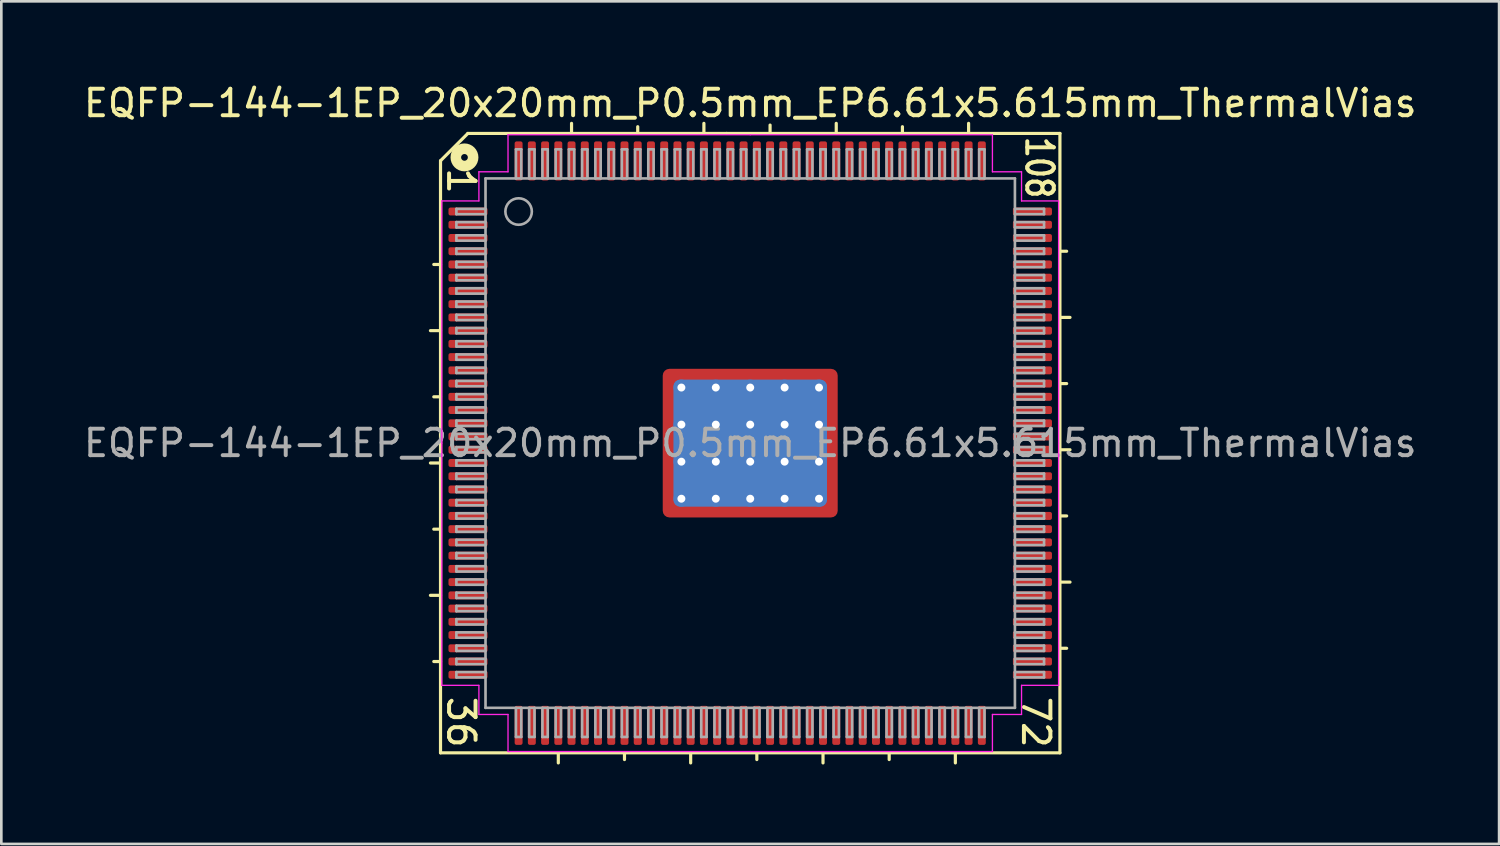
<source format=kicad_pcb>
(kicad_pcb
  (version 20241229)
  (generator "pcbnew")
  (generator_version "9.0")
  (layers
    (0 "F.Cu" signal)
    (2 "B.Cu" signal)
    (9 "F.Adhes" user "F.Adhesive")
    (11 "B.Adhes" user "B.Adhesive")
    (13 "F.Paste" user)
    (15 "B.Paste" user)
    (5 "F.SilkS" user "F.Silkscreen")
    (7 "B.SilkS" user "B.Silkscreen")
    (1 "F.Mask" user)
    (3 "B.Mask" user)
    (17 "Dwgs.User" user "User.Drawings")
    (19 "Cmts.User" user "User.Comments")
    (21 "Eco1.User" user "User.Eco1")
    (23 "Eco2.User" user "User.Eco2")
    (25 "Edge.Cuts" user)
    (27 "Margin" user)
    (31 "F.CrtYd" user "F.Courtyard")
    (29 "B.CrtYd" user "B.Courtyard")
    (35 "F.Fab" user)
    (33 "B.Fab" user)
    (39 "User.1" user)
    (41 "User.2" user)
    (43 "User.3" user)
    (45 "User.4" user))
  (footprint "EQFP-144-1EP_20x20mm_P0.5mm_EP6.61x5.615mm_ThermalVias"
    (layer "F.Cu")
    (at 25.292 13.691)
    (property "Reference" "EQFP-144-1EP_20x20mm_P0.5mm_EP6.61x5.615mm_ThermalVias" (at 0 -12.843 0) (layer "F.SilkS") (effects (font (size 1 1) (thickness 0.15))))
    (attr smd)
    (fp_line (start -11.7 -10.668) (end -11.7 11.7) (stroke (width 0.12) (type solid)) (layer "F.SilkS"))
    (fp_line (start -11.7 -6.75) (end -11.954 -6.75) (stroke (width 0.12) (type solid)) (layer "F.SilkS"))
    (fp_line (start -11.7 -4.25) (end -12.081 -4.25) (stroke (width 0.12) (type solid)) (layer "F.SilkS"))
    (fp_line (start -11.7 -1.75) (end -11.954 -1.75) (stroke (width 0.12) (type solid)) (layer "F.SilkS"))
    (fp_line (start -11.7 0.75) (end -12.081 0.75) (stroke (width 0.12) (type solid)) (layer "F.SilkS"))
    (fp_line (start -11.7 3.25) (end -11.954 3.25) (stroke (width 0.12) (type solid)) (layer "F.SilkS"))
    (fp_line (start -11.7 5.75) (end -12.081 5.75) (stroke (width 0.12) (type solid)) (layer "F.SilkS"))
    (fp_line (start -11.7 8.25) (end -11.954 8.25) (stroke (width 0.12) (type solid)) (layer "F.SilkS"))
    (fp_line (start -11.7 11.7) (end 11.7 11.7) (stroke (width 0.12) (type solid)) (layer "F.SilkS"))
    (fp_line (start -10.668 -11.7) (end -11.7 -10.668) (stroke (width 0.12) (type solid)) (layer "F.SilkS"))
    (fp_line (start -7.25 11.7) (end -7.25 12.081) (stroke (width 0.12) (type solid)) (layer "F.SilkS"))
    (fp_line (start -6.75 -11.7) (end -6.75 -12.081) (stroke (width 0.12) (type solid)) (layer "F.SilkS"))
    (fp_line (start -4.75 11.7) (end -4.75 11.954) (stroke (width 0.12) (type solid)) (layer "F.SilkS"))
    (fp_line (start -4.25 -11.7) (end -4.25 -11.954) (stroke (width 0.12) (type solid)) (layer "F.SilkS"))
    (fp_line (start -2.25 11.7) (end -2.25 12.081) (stroke (width 0.12) (type solid)) (layer "F.SilkS"))
    (fp_line (start -1.75 -11.7) (end -1.75 -12.081) (stroke (width 0.12) (type solid)) (layer "F.SilkS"))
    (fp_line (start -0.889 -11.7) (end -10.668 -11.7) (stroke (width 0.12) (type solid)) (layer "F.SilkS"))
    (fp_line (start 0.25 11.7) (end 0.25 11.954) (stroke (width 0.12) (type solid)) (layer "F.SilkS"))
    (fp_line (start 0.75 -11.766) (end 0.75 -12.016) (stroke (width 0.12) (type solid)) (layer "F.SilkS"))
    (fp_line (start 2.75 11.7) (end 2.75 12.081) (stroke (width 0.12) (type solid)) (layer "F.SilkS"))
    (fp_line (start 3.25 -11.7) (end 3.25 -12.081) (stroke (width 0.12) (type solid)) (layer "F.SilkS"))
    (fp_line (start 5.25 11.7) (end 5.25 11.954) (stroke (width 0.12) (type solid)) (layer "F.SilkS"))
    (fp_line (start 5.75 -11.7) (end 5.75 -11.954) (stroke (width 0.12) (type solid)) (layer "F.SilkS"))
    (fp_line (start 7.75 11.7) (end 7.75 12.081) (stroke (width 0.12) (type solid)) (layer "F.SilkS"))
    (fp_line (start 8.25 -11.7) (end 8.25 -12.081) (stroke (width 0.12) (type solid)) (layer "F.SilkS"))
    (fp_line (start 11.7 -11.7) (end -0.889 -11.7) (stroke (width 0.12) (type solid)) (layer "F.SilkS"))
    (fp_line (start 11.7 -7.25) (end 11.954 -7.25) (stroke (width 0.12) (type solid)) (layer "F.SilkS"))
    (fp_line (start 11.7 -4.75) (end 12.081 -4.75) (stroke (width 0.12) (type solid)) (layer "F.SilkS"))
    (fp_line (start 11.7 -2.25) (end 11.954 -2.25) (stroke (width 0.12) (type solid)) (layer "F.SilkS"))
    (fp_line (start 11.7 0.25) (end 12.081 0.25) (stroke (width 0.12) (type solid)) (layer "F.SilkS"))
    (fp_line (start 11.7 2.75) (end 11.954 2.75) (stroke (width 0.12) (type solid)) (layer "F.SilkS"))
    (fp_line (start 11.7 5.25) (end 12.081 5.25) (stroke (width 0.12) (type solid)) (layer "F.SilkS"))
    (fp_line (start 11.7 7.75) (end 11.954 7.75) (stroke (width 0.12) (type solid)) (layer "F.SilkS"))
    (fp_line (start 11.7 11.7) (end 11.7 -11.7) (stroke (width 0.12) (type solid)) (layer "F.SilkS"))
    (fp_circle (center -10.795 -10.795) (end -10.668 -10.795) (stroke (width 0.4) (type solid)) (fill no) (layer "F.SilkS"))
    (fp_line (start -11.65 -9.15) (end -11.65 0) (stroke (width 0.05) (type solid)) (layer "F.CrtYd"))
    (fp_line (start -11.65 9.15) (end -11.65 0) (stroke (width 0.05) (type solid)) (layer "F.CrtYd"))
    (fp_line (start -10.25 -10.25) (end -10.25 -9.15) (stroke (width 0.05) (type solid)) (layer "F.CrtYd"))
    (fp_line (start -10.25 -9.15) (end -11.65 -9.15) (stroke (width 0.05) (type solid)) (layer "F.CrtYd"))
    (fp_line (start -10.25 9.15) (end -11.65 9.15) (stroke (width 0.05) (type solid)) (layer "F.CrtYd"))
    (fp_line (start -10.25 10.25) (end -10.25 9.15) (stroke (width 0.05) (type solid)) (layer "F.CrtYd"))
    (fp_line (start -9.15 -11.65) (end -9.15 -10.25) (stroke (width 0.05) (type solid)) (layer "F.CrtYd"))
    (fp_line (start -9.15 -10.25) (end -10.25 -10.25) (stroke (width 0.05) (type solid)) (layer "F.CrtYd"))
    (fp_line (start -9.15 10.25) (end -10.25 10.25) (stroke (width 0.05) (type solid)) (layer "F.CrtYd"))
    (fp_line (start -9.15 11.65) (end -9.15 10.25) (stroke (width 0.05) (type solid)) (layer "F.CrtYd"))
    (fp_line (start 0 -11.65) (end -9.15 -11.65) (stroke (width 0.05) (type solid)) (layer "F.CrtYd"))
    (fp_line (start 0 -11.65) (end 9.15 -11.65) (stroke (width 0.05) (type solid)) (layer "F.CrtYd"))
    (fp_line (start 0 11.65) (end -9.15 11.65) (stroke (width 0.05) (type solid)) (layer "F.CrtYd"))
    (fp_line (start 0 11.65) (end 9.15 11.65) (stroke (width 0.05) (type solid)) (layer "F.CrtYd"))
    (fp_line (start 9.15 -11.65) (end 9.15 -10.25) (stroke (width 0.05) (type solid)) (layer "F.CrtYd"))
    (fp_line (start 9.15 -10.25) (end 10.25 -10.25) (stroke (width 0.05) (type solid)) (layer "F.CrtYd"))
    (fp_line (start 9.15 10.25) (end 10.25 10.25) (stroke (width 0.05) (type solid)) (layer "F.CrtYd"))
    (fp_line (start 9.15 11.65) (end 9.15 10.25) (stroke (width 0.05) (type solid)) (layer "F.CrtYd"))
    (fp_line (start 10.25 -10.25) (end 10.25 -9.15) (stroke (width 0.05) (type solid)) (layer "F.CrtYd"))
    (fp_line (start 10.25 -9.15) (end 11.65 -9.15) (stroke (width 0.05) (type solid)) (layer "F.CrtYd"))
    (fp_line (start 10.25 9.15) (end 11.65 9.15) (stroke (width 0.05) (type solid)) (layer "F.CrtYd"))
    (fp_line (start 10.25 10.25) (end 10.25 9.15) (stroke (width 0.05) (type solid)) (layer "F.CrtYd"))
    (fp_line (start 11.65 -9.15) (end 11.65 0) (stroke (width 0.05) (type solid)) (layer "F.CrtYd"))
    (fp_line (start 11.65 9.15) (end 11.65 0) (stroke (width 0.05) (type solid)) (layer "F.CrtYd"))
    (fp_line (start -11.1 -8.85) (end -11.1 -8.65) (stroke (width 0.1) (type solid)) (layer "F.Fab"))
    (fp_line (start -11.1 -8.85) (end -10 -8.85) (stroke (width 0.1) (type solid)) (layer "F.Fab"))
    (fp_line (start -11.1 -8.65) (end -10 -8.65) (stroke (width 0.1) (type solid)) (layer "F.Fab"))
    (fp_line (start -11.1 -8.35) (end -11.1 -8.15) (stroke (width 0.1) (type solid)) (layer "F.Fab"))
    (fp_line (start -11.1 -8.35) (end -10 -8.35) (stroke (width 0.1) (type solid)) (layer "F.Fab"))
    (fp_line (start -11.1 -8.15) (end -10 -8.15) (stroke (width 0.1) (type solid)) (layer "F.Fab"))
    (fp_line (start -11.1 -7.85) (end -11.1 -7.65) (stroke (width 0.1) (type solid)) (layer "F.Fab"))
    (fp_line (start -11.1 -7.85) (end -10 -7.85) (stroke (width 0.1) (type solid)) (layer "F.Fab"))
    (fp_line (start -11.1 -7.65) (end -10 -7.65) (stroke (width 0.1) (type solid)) (layer "F.Fab"))
    (fp_line (start -11.1 -7.35) (end -11.1 -7.15) (stroke (width 0.1) (type solid)) (layer "F.Fab"))
    (fp_line (start -11.1 -7.35) (end -10 -7.35) (stroke (width 0.1) (type solid)) (layer "F.Fab"))
    (fp_line (start -11.1 -7.15) (end -10 -7.15) (stroke (width 0.1) (type solid)) (layer "F.Fab"))
    (fp_line (start -11.1 -6.85) (end -11.1 -6.65) (stroke (width 0.1) (type solid)) (layer "F.Fab"))
    (fp_line (start -11.1 -6.85) (end -10 -6.85) (stroke (width 0.1) (type solid)) (layer "F.Fab"))
    (fp_line (start -11.1 -6.65) (end -10 -6.65) (stroke (width 0.1) (type solid)) (layer "F.Fab"))
    (fp_line (start -11.1 -6.35) (end -11.1 -6.15) (stroke (width 0.1) (type solid)) (layer "F.Fab"))
    (fp_line (start -11.1 -6.35) (end -10 -6.35) (stroke (width 0.1) (type solid)) (layer "F.Fab"))
    (fp_line (start -11.1 -6.15) (end -10 -6.15) (stroke (width 0.1) (type solid)) (layer "F.Fab"))
    (fp_line (start -11.1 -5.85) (end -11.1 -5.65) (stroke (width 0.1) (type solid)) (layer "F.Fab"))
    (fp_line (start -11.1 -5.85) (end -10 -5.85) (stroke (width 0.1) (type solid)) (layer "F.Fab"))
    (fp_line (start -11.1 -5.65) (end -10 -5.65) (stroke (width 0.1) (type solid)) (layer "F.Fab"))
    (fp_line (start -11.1 -5.35) (end -11.1 -5.15) (stroke (width 0.1) (type solid)) (layer "F.Fab"))
    (fp_line (start -11.1 -5.35) (end -10 -5.35) (stroke (width 0.1) (type solid)) (layer "F.Fab"))
    (fp_line (start -11.1 -5.15) (end -10 -5.15) (stroke (width 0.1) (type solid)) (layer "F.Fab"))
    (fp_line (start -11.1 -4.85) (end -11.1 -4.65) (stroke (width 0.1) (type solid)) (layer "F.Fab"))
    (fp_line (start -11.1 -4.85) (end -10 -4.85) (stroke (width 0.1) (type solid)) (layer "F.Fab"))
    (fp_line (start -11.1 -4.65) (end -10 -4.65) (stroke (width 0.1) (type solid)) (layer "F.Fab"))
    (fp_line (start -11.1 -4.35) (end -11.1 -4.15) (stroke (width 0.1) (type solid)) (layer "F.Fab"))
    (fp_line (start -11.1 -4.35) (end -10 -4.35) (stroke (width 0.1) (type solid)) (layer "F.Fab"))
    (fp_line (start -11.1 -4.15) (end -10 -4.15) (stroke (width 0.1) (type solid)) (layer "F.Fab"))
    (fp_line (start -11.1 -3.85) (end -11.1 -3.65) (stroke (width 0.1) (type solid)) (layer "F.Fab"))
    (fp_line (start -11.1 -3.85) (end -10 -3.85) (stroke (width 0.1) (type solid)) (layer "F.Fab"))
    (fp_line (start -11.1 -3.65) (end -10 -3.65) (stroke (width 0.1) (type solid)) (layer "F.Fab"))
    (fp_line (start -11.1 -3.35) (end -11.1 -3.15) (stroke (width 0.1) (type solid)) (layer "F.Fab"))
    (fp_line (start -11.1 -3.35) (end -10 -3.35) (stroke (width 0.1) (type solid)) (layer "F.Fab"))
    (fp_line (start -11.1 -3.15) (end -10 -3.15) (stroke (width 0.1) (type solid)) (layer "F.Fab"))
    (fp_line (start -11.1 -2.85) (end -11.1 -2.65) (stroke (width 0.1) (type solid)) (layer "F.Fab"))
    (fp_line (start -11.1 -2.85) (end -10 -2.85) (stroke (width 0.1) (type solid)) (layer "F.Fab"))
    (fp_line (start -11.1 -2.65) (end -10 -2.65) (stroke (width 0.1) (type solid)) (layer "F.Fab"))
    (fp_line (start -11.1 -2.35) (end -11.1 -2.15) (stroke (width 0.1) (type solid)) (layer "F.Fab"))
    (fp_line (start -11.1 -2.35) (end -10 -2.35) (stroke (width 0.1) (type solid)) (layer "F.Fab"))
    (fp_line (start -11.1 -2.15) (end -10 -2.15) (stroke (width 0.1) (type solid)) (layer "F.Fab"))
    (fp_line (start -11.1 -1.85) (end -11.1 -1.65) (stroke (width 0.1) (type solid)) (layer "F.Fab"))
    (fp_line (start -11.1 -1.85) (end -10 -1.85) (stroke (width 0.1) (type solid)) (layer "F.Fab"))
    (fp_line (start -11.1 -1.65) (end -10 -1.65) (stroke (width 0.1) (type solid)) (layer "F.Fab"))
    (fp_line (start -11.1 -1.35) (end -11.1 -1.15) (stroke (width 0.1) (type solid)) (layer "F.Fab"))
    (fp_line (start -11.1 -1.35) (end -10 -1.35) (stroke (width 0.1) (type solid)) (layer "F.Fab"))
    (fp_line (start -11.1 -1.15) (end -10 -1.15) (stroke (width 0.1) (type solid)) (layer "F.Fab"))
    (fp_line (start -11.1 -0.85) (end -11.1 -0.65) (stroke (width 0.1) (type solid)) (layer "F.Fab"))
    (fp_line (start -11.1 -0.85) (end -10 -0.85) (stroke (width 0.1) (type solid)) (layer "F.Fab"))
    (fp_line (start -11.1 -0.65) (end -10 -0.65) (stroke (width 0.1) (type solid)) (layer "F.Fab"))
    (fp_line (start -11.1 -0.35) (end -11.1 -0.15) (stroke (width 0.1) (type solid)) (layer "F.Fab"))
    (fp_line (start -11.1 -0.35) (end -10 -0.35) (stroke (width 0.1) (type solid)) (layer "F.Fab"))
    (fp_line (start -11.1 -0.15) (end -10 -0.15) (stroke (width 0.1) (type solid)) (layer "F.Fab"))
    (fp_line (start -11.1 0.15) (end -11.1 0.35) (stroke (width 0.1) (type solid)) (layer "F.Fab"))
    (fp_line (start -11.1 0.15) (end -10 0.15) (stroke (width 0.1) (type solid)) (layer "F.Fab"))
    (fp_line (start -11.1 0.35) (end -10 0.35) (stroke (width 0.1) (type solid)) (layer "F.Fab"))
    (fp_line (start -11.1 0.65) (end -11.1 0.85) (stroke (width 0.1) (type solid)) (layer "F.Fab"))
    (fp_line (start -11.1 0.65) (end -10 0.65) (stroke (width 0.1) (type solid)) (layer "F.Fab"))
    (fp_line (start -11.1 0.85) (end -10 0.85) (stroke (width 0.1) (type solid)) (layer "F.Fab"))
    (fp_line (start -11.1 1.15) (end -11.1 1.35) (stroke (width 0.1) (type solid)) (layer "F.Fab"))
    (fp_line (start -11.1 1.15) (end -10 1.15) (stroke (width 0.1) (type solid)) (layer "F.Fab"))
    (fp_line (start -11.1 1.35) (end -10 1.35) (stroke (width 0.1) (type solid)) (layer "F.Fab"))
    (fp_line (start -11.1 1.65) (end -11.1 1.85) (stroke (width 0.1) (type solid)) (layer "F.Fab"))
    (fp_line (start -11.1 1.65) (end -10 1.65) (stroke (width 0.1) (type solid)) (layer "F.Fab"))
    (fp_line (start -11.1 1.85) (end -10 1.85) (stroke (width 0.1) (type solid)) (layer "F.Fab"))
    (fp_line (start -11.1 2.15) (end -11.1 2.35) (stroke (width 0.1) (type solid)) (layer "F.Fab"))
    (fp_line (start -11.1 2.15) (end -10 2.15) (stroke (width 0.1) (type solid)) (layer "F.Fab"))
    (fp_line (start -11.1 2.35) (end -10 2.35) (stroke (width 0.1) (type solid)) (layer "F.Fab"))
    (fp_line (start -11.1 2.65) (end -11.1 2.85) (stroke (width 0.1) (type solid)) (layer "F.Fab"))
    (fp_line (start -11.1 2.65) (end -10 2.65) (stroke (width 0.1) (type solid)) (layer "F.Fab"))
    (fp_line (start -11.1 2.85) (end -10 2.85) (stroke (width 0.1) (type solid)) (layer "F.Fab"))
    (fp_line (start -11.1 3.15) (end -11.1 3.35) (stroke (width 0.1) (type solid)) (layer "F.Fab"))
    (fp_line (start -11.1 3.15) (end -10 3.15) (stroke (width 0.1) (type solid)) (layer "F.Fab"))
    (fp_line (start -11.1 3.35) (end -10 3.35) (stroke (width 0.1) (type solid)) (layer "F.Fab"))
    (fp_line (start -11.1 3.65) (end -11.1 3.85) (stroke (width 0.1) (type solid)) (layer "F.Fab"))
    (fp_line (start -11.1 3.65) (end -10 3.65) (stroke (width 0.1) (type solid)) (layer "F.Fab"))
    (fp_line (start -11.1 3.85) (end -10 3.85) (stroke (width 0.1) (type solid)) (layer "F.Fab"))
    (fp_line (start -11.1 4.15) (end -11.1 4.35) (stroke (width 0.1) (type solid)) (layer "F.Fab"))
    (fp_line (start -11.1 4.15) (end -10 4.15) (stroke (width 0.1) (type solid)) (layer "F.Fab"))
    (fp_line (start -11.1 4.35) (end -10 4.35) (stroke (width 0.1) (type solid)) (layer "F.Fab"))
    (fp_line (start -11.1 4.65) (end -11.1 4.85) (stroke (width 0.1) (type solid)) (layer "F.Fab"))
    (fp_line (start -11.1 4.65) (end -10 4.65) (stroke (width 0.1) (type solid)) (layer "F.Fab"))
    (fp_line (start -11.1 4.85) (end -10 4.85) (stroke (width 0.1) (type solid)) (layer "F.Fab"))
    (fp_line (start -11.1 5.15) (end -11.1 5.35) (stroke (width 0.1) (type solid)) (layer "F.Fab"))
    (fp_line (start -11.1 5.15) (end -10 5.15) (stroke (width 0.1) (type solid)) (layer "F.Fab"))
    (fp_line (start -11.1 5.35) (end -10 5.35) (stroke (width 0.1) (type solid)) (layer "F.Fab"))
    (fp_line (start -11.1 5.65) (end -11.1 5.85) (stroke (width 0.1) (type solid)) (layer "F.Fab"))
    (fp_line (start -11.1 5.65) (end -10 5.65) (stroke (width 0.1) (type solid)) (layer "F.Fab"))
    (fp_line (start -11.1 5.85) (end -10 5.85) (stroke (width 0.1) (type solid)) (layer "F.Fab"))
    (fp_line (start -11.1 6.15) (end -11.1 6.35) (stroke (width 0.1) (type solid)) (layer "F.Fab"))
    (fp_line (start -11.1 6.15) (end -10 6.15) (stroke (width 0.1) (type solid)) (layer "F.Fab"))
    (fp_line (start -11.1 6.35) (end -10 6.35) (stroke (width 0.1) (type solid)) (layer "F.Fab"))
    (fp_line (start -11.1 6.65) (end -11.1 6.85) (stroke (width 0.1) (type solid)) (layer "F.Fab"))
    (fp_line (start -11.1 6.65) (end -10 6.65) (stroke (width 0.1) (type solid)) (layer "F.Fab"))
    (fp_line (start -11.1 6.85) (end -10 6.85) (stroke (width 0.1) (type solid)) (layer "F.Fab"))
    (fp_line (start -11.1 7.15) (end -11.1 7.35) (stroke (width 0.1) (type solid)) (layer "F.Fab"))
    (fp_line (start -11.1 7.15) (end -10 7.15) (stroke (width 0.1) (type solid)) (layer "F.Fab"))
    (fp_line (start -11.1 7.35) (end -10 7.35) (stroke (width 0.1) (type solid)) (layer "F.Fab"))
    (fp_line (start -11.1 7.65) (end -11.1 7.85) (stroke (width 0.1) (type solid)) (layer "F.Fab"))
    (fp_line (start -11.1 7.65) (end -10 7.65) (stroke (width 0.1) (type solid)) (layer "F.Fab"))
    (fp_line (start -11.1 7.85) (end -10 7.85) (stroke (width 0.1) (type solid)) (layer "F.Fab"))
    (fp_line (start -11.1 8.15) (end -11.1 8.35) (stroke (width 0.1) (type solid)) (layer "F.Fab"))
    (fp_line (start -11.1 8.15) (end -10 8.15) (stroke (width 0.1) (type solid)) (layer "F.Fab"))
    (fp_line (start -11.1 8.35) (end -10 8.35) (stroke (width 0.1) (type solid)) (layer "F.Fab"))
    (fp_line (start -11.1 8.65) (end -11.1 8.85) (stroke (width 0.1) (type solid)) (layer "F.Fab"))
    (fp_line (start -11.1 8.65) (end -10 8.65) (stroke (width 0.1) (type solid)) (layer "F.Fab"))
    (fp_line (start -11.1 8.85) (end -10 8.85) (stroke (width 0.1) (type solid)) (layer "F.Fab"))
    (fp_line (start -10 -10) (end 10 -10) (stroke (width 0.1) (type solid)) (layer "F.Fab"))
    (fp_line (start -10 10) (end -10 -10) (stroke (width 0.1) (type solid)) (layer "F.Fab"))
    (fp_line (start -8.85 -11.1) (end -8.85 -10) (stroke (width 0.1) (type solid)) (layer "F.Fab"))
    (fp_line (start -8.85 11.1) (end -8.85 10) (stroke (width 0.1) (type solid)) (layer "F.Fab"))
    (fp_line (start -8.85 11.1) (end -8.65 11.1) (stroke (width 0.1) (type solid)) (layer "F.Fab"))
    (fp_line (start -8.65 -11.1) (end -8.85 -11.1) (stroke (width 0.1) (type solid)) (layer "F.Fab"))
    (fp_line (start -8.65 -11.1) (end -8.65 -10) (stroke (width 0.1) (type solid)) (layer "F.Fab"))
    (fp_line (start -8.65 11.1) (end -8.65 10) (stroke (width 0.1) (type solid)) (layer "F.Fab"))
    (fp_line (start -8.35 -11.1) (end -8.35 -10) (stroke (width 0.1) (type solid)) (layer "F.Fab"))
    (fp_line (start -8.35 11.1) (end -8.35 10) (stroke (width 0.1) (type solid)) (layer "F.Fab"))
    (fp_line (start -8.35 11.1) (end -8.15 11.1) (stroke (width 0.1) (type solid)) (layer "F.Fab"))
    (fp_line (start -8.15 -11.1) (end -8.35 -11.1) (stroke (width 0.1) (type solid)) (layer "F.Fab"))
    (fp_line (start -8.15 -11.1) (end -8.15 -10) (stroke (width 0.1) (type solid)) (layer "F.Fab"))
    (fp_line (start -8.15 11.1) (end -8.15 10) (stroke (width 0.1) (type solid)) (layer "F.Fab"))
    (fp_line (start -7.85 -11.1) (end -7.85 -10) (stroke (width 0.1) (type solid)) (layer "F.Fab"))
    (fp_line (start -7.85 11.1) (end -7.85 10) (stroke (width 0.1) (type solid)) (layer "F.Fab"))
    (fp_line (start -7.85 11.1) (end -7.65 11.1) (stroke (width 0.1) (type solid)) (layer "F.Fab"))
    (fp_line (start -7.65 -11.1) (end -7.85 -11.1) (stroke (width 0.1) (type solid)) (layer "F.Fab"))
    (fp_line (start -7.65 -11.1) (end -7.65 -10) (stroke (width 0.1) (type solid)) (layer "F.Fab"))
    (fp_line (start -7.65 11.1) (end -7.65 10) (stroke (width 0.1) (type solid)) (layer "F.Fab"))
    (fp_line (start -7.35 -11.1) (end -7.35 -10) (stroke (width 0.1) (type solid)) (layer "F.Fab"))
    (fp_line (start -7.35 11.1) (end -7.35 10) (stroke (width 0.1) (type solid)) (layer "F.Fab"))
    (fp_line (start -7.35 11.1) (end -7.15 11.1) (stroke (width 0.1) (type solid)) (layer "F.Fab"))
    (fp_line (start -7.15 -11.1) (end -7.35 -11.1) (stroke (width 0.1) (type solid)) (layer "F.Fab"))
    (fp_line (start -7.15 -11.1) (end -7.15 -10) (stroke (width 0.1) (type solid)) (layer "F.Fab"))
    (fp_line (start -7.15 11.1) (end -7.15 10) (stroke (width 0.1) (type solid)) (layer "F.Fab"))
    (fp_line (start -6.85 -11.1) (end -6.85 -10) (stroke (width 0.1) (type solid)) (layer "F.Fab"))
    (fp_line (start -6.85 11.1) (end -6.85 10) (stroke (width 0.1) (type solid)) (layer "F.Fab"))
    (fp_line (start -6.85 11.1) (end -6.65 11.1) (stroke (width 0.1) (type solid)) (layer "F.Fab"))
    (fp_line (start -6.65 -11.1) (end -6.85 -11.1) (stroke (width 0.1) (type solid)) (layer "F.Fab"))
    (fp_line (start -6.65 -11.1) (end -6.65 -10) (stroke (width 0.1) (type solid)) (layer "F.Fab"))
    (fp_line (start -6.65 11.1) (end -6.65 10) (stroke (width 0.1) (type solid)) (layer "F.Fab"))
    (fp_line (start -6.35 -11.1) (end -6.35 -10) (stroke (width 0.1) (type solid)) (layer "F.Fab"))
    (fp_line (start -6.35 11.1) (end -6.35 10) (stroke (width 0.1) (type solid)) (layer "F.Fab"))
    (fp_line (start -6.35 11.1) (end -6.15 11.1) (stroke (width 0.1) (type solid)) (layer "F.Fab"))
    (fp_line (start -6.15 -11.1) (end -6.35 -11.1) (stroke (width 0.1) (type solid)) (layer "F.Fab"))
    (fp_line (start -6.15 -11.1) (end -6.15 -10) (stroke (width 0.1) (type solid)) (layer "F.Fab"))
    (fp_line (start -6.15 11.1) (end -6.15 10) (stroke (width 0.1) (type solid)) (layer "F.Fab"))
    (fp_line (start -5.85 -11.1) (end -5.85 -10) (stroke (width 0.1) (type solid)) (layer "F.Fab"))
    (fp_line (start -5.85 11.1) (end -5.85 10) (stroke (width 0.1) (type solid)) (layer "F.Fab"))
    (fp_line (start -5.85 11.1) (end -5.65 11.1) (stroke (width 0.1) (type solid)) (layer "F.Fab"))
    (fp_line (start -5.65 -11.1) (end -5.85 -11.1) (stroke (width 0.1) (type solid)) (layer "F.Fab"))
    (fp_line (start -5.65 -11.1) (end -5.65 -10) (stroke (width 0.1) (type solid)) (layer "F.Fab"))
    (fp_line (start -5.65 11.1) (end -5.65 10) (stroke (width 0.1) (type solid)) (layer "F.Fab"))
    (fp_line (start -5.35 -11.1) (end -5.35 -10) (stroke (width 0.1) (type solid)) (layer "F.Fab"))
    (fp_line (start -5.35 11.1) (end -5.35 10) (stroke (width 0.1) (type solid)) (layer "F.Fab"))
    (fp_line (start -5.35 11.1) (end -5.15 11.1) (stroke (width 0.1) (type solid)) (layer "F.Fab"))
    (fp_line (start -5.15 -11.1) (end -5.35 -11.1) (stroke (width 0.1) (type solid)) (layer "F.Fab"))
    (fp_line (start -5.15 -11.1) (end -5.15 -10) (stroke (width 0.1) (type solid)) (layer "F.Fab"))
    (fp_line (start -5.15 11.1) (end -5.15 10) (stroke (width 0.1) (type solid)) (layer "F.Fab"))
    (fp_line (start -4.85 -11.1) (end -4.85 -10) (stroke (width 0.1) (type solid)) (layer "F.Fab"))
    (fp_line (start -4.85 11.1) (end -4.85 10) (stroke (width 0.1) (type solid)) (layer "F.Fab"))
    (fp_line (start -4.85 11.1) (end -4.65 11.1) (stroke (width 0.1) (type solid)) (layer "F.Fab"))
    (fp_line (start -4.65 -11.1) (end -4.85 -11.1) (stroke (width 0.1) (type solid)) (layer "F.Fab"))
    (fp_line (start -4.65 -11.1) (end -4.65 -10) (stroke (width 0.1) (type solid)) (layer "F.Fab"))
    (fp_line (start -4.65 11.1) (end -4.65 10) (stroke (width 0.1) (type solid)) (layer "F.Fab"))
    (fp_line (start -4.35 -11.1) (end -4.35 -10) (stroke (width 0.1) (type solid)) (layer "F.Fab"))
    (fp_line (start -4.35 11.1) (end -4.35 10) (stroke (width 0.1) (type solid)) (layer "F.Fab"))
    (fp_line (start -4.35 11.1) (end -4.15 11.1) (stroke (width 0.1) (type solid)) (layer "F.Fab"))
    (fp_line (start -4.15 -11.1) (end -4.35 -11.1) (stroke (width 0.1) (type solid)) (layer "F.Fab"))
    (fp_line (start -4.15 -11.1) (end -4.15 -10) (stroke (width 0.1) (type solid)) (layer "F.Fab"))
    (fp_line (start -4.15 11.1) (end -4.15 10) (stroke (width 0.1) (type solid)) (layer "F.Fab"))
    (fp_line (start -3.85 -11.1) (end -3.85 -10) (stroke (width 0.1) (type solid)) (layer "F.Fab"))
    (fp_line (start -3.85 11.1) (end -3.85 10) (stroke (width 0.1) (type solid)) (layer "F.Fab"))
    (fp_line (start -3.85 11.1) (end -3.65 11.1) (stroke (width 0.1) (type solid)) (layer "F.Fab"))
    (fp_line (start -3.65 -11.1) (end -3.85 -11.1) (stroke (width 0.1) (type solid)) (layer "F.Fab"))
    (fp_line (start -3.65 -11.1) (end -3.65 -10) (stroke (width 0.1) (type solid)) (layer "F.Fab"))
    (fp_line (start -3.65 11.1) (end -3.65 10) (stroke (width 0.1) (type solid)) (layer "F.Fab"))
    (fp_line (start -3.35 -11.1) (end -3.35 -10) (stroke (width 0.1) (type solid)) (layer "F.Fab"))
    (fp_line (start -3.35 11.1) (end -3.35 10) (stroke (width 0.1) (type solid)) (layer "F.Fab"))
    (fp_line (start -3.35 11.1) (end -3.15 11.1) (stroke (width 0.1) (type solid)) (layer "F.Fab"))
    (fp_line (start -3.15 -11.1) (end -3.35 -11.1) (stroke (width 0.1) (type solid)) (layer "F.Fab"))
    (fp_line (start -3.15 -11.1) (end -3.15 -10) (stroke (width 0.1) (type solid)) (layer "F.Fab"))
    (fp_line (start -3.15 11.1) (end -3.15 10) (stroke (width 0.1) (type solid)) (layer "F.Fab"))
    (fp_line (start -2.85 -11.1) (end -2.85 -10) (stroke (width 0.1) (type solid)) (layer "F.Fab"))
    (fp_line (start -2.85 11.1) (end -2.85 10) (stroke (width 0.1) (type solid)) (layer "F.Fab"))
    (fp_line (start -2.85 11.1) (end -2.65 11.1) (stroke (width 0.1) (type solid)) (layer "F.Fab"))
    (fp_line (start -2.65 -11.1) (end -2.85 -11.1) (stroke (width 0.1) (type solid)) (layer "F.Fab"))
    (fp_line (start -2.65 -11.1) (end -2.65 -10) (stroke (width 0.1) (type solid)) (layer "F.Fab"))
    (fp_line (start -2.65 11.1) (end -2.65 10) (stroke (width 0.1) (type solid)) (layer "F.Fab"))
    (fp_line (start -2.35 -11.1) (end -2.35 -10) (stroke (width 0.1) (type solid)) (layer "F.Fab"))
    (fp_line (start -2.35 11.1) (end -2.35 10) (stroke (width 0.1) (type solid)) (layer "F.Fab"))
    (fp_line (start -2.35 11.1) (end -2.15 11.1) (stroke (width 0.1) (type solid)) (layer "F.Fab"))
    (fp_line (start -2.15 -11.1) (end -2.35 -11.1) (stroke (width 0.1) (type solid)) (layer "F.Fab"))
    (fp_line (start -2.15 -11.1) (end -2.15 -10) (stroke (width 0.1) (type solid)) (layer "F.Fab"))
    (fp_line (start -2.15 11.1) (end -2.15 10) (stroke (width 0.1) (type solid)) (layer "F.Fab"))
    (fp_line (start -1.85 -11.1) (end -1.85 -10) (stroke (width 0.1) (type solid)) (layer "F.Fab"))
    (fp_line (start -1.85 11.1) (end -1.85 10) (stroke (width 0.1) (type solid)) (layer "F.Fab"))
    (fp_line (start -1.85 11.1) (end -1.65 11.1) (stroke (width 0.1) (type solid)) (layer "F.Fab"))
    (fp_line (start -1.65 -11.1) (end -1.85 -11.1) (stroke (width 0.1) (type solid)) (layer "F.Fab"))
    (fp_line (start -1.65 -11.1) (end -1.65 -10) (stroke (width 0.1) (type solid)) (layer "F.Fab"))
    (fp_line (start -1.65 11.1) (end -1.65 10) (stroke (width 0.1) (type solid)) (layer "F.Fab"))
    (fp_line (start -1.35 -11.1) (end -1.35 -10) (stroke (width 0.1) (type solid)) (layer "F.Fab"))
    (fp_line (start -1.35 11.1) (end -1.35 10) (stroke (width 0.1) (type solid)) (layer "F.Fab"))
    (fp_line (start -1.35 11.1) (end -1.15 11.1) (stroke (width 0.1) (type solid)) (layer "F.Fab"))
    (fp_line (start -1.15 -11.1) (end -1.35 -11.1) (stroke (width 0.1) (type solid)) (layer "F.Fab"))
    (fp_line (start -1.15 -11.1) (end -1.15 -10) (stroke (width 0.1) (type solid)) (layer "F.Fab"))
    (fp_line (start -1.15 11.1) (end -1.15 10) (stroke (width 0.1) (type solid)) (layer "F.Fab"))
    (fp_line (start -0.85 -11.1) (end -0.85 -10) (stroke (width 0.1) (type solid)) (layer "F.Fab"))
    (fp_line (start -0.85 11.1) (end -0.85 10) (stroke (width 0.1) (type solid)) (layer "F.Fab"))
    (fp_line (start -0.85 11.1) (end -0.65 11.1) (stroke (width 0.1) (type solid)) (layer "F.Fab"))
    (fp_line (start -0.65 -11.1) (end -0.85 -11.1) (stroke (width 0.1) (type solid)) (layer "F.Fab"))
    (fp_line (start -0.65 -11.1) (end -0.65 -10) (stroke (width 0.1) (type solid)) (layer "F.Fab"))
    (fp_line (start -0.65 11.1) (end -0.65 10) (stroke (width 0.1) (type solid)) (layer "F.Fab"))
    (fp_line (start -0.35 -11.1) (end -0.35 -10) (stroke (width 0.1) (type solid)) (layer "F.Fab"))
    (fp_line (start -0.35 11.1) (end -0.35 10) (stroke (width 0.1) (type solid)) (layer "F.Fab"))
    (fp_line (start -0.35 11.1) (end -0.15 11.1) (stroke (width 0.1) (type solid)) (layer "F.Fab"))
    (fp_line (start -0.15 -11.1) (end -0.35 -11.1) (stroke (width 0.1) (type solid)) (layer "F.Fab"))
    (fp_line (start -0.15 -11.1) (end -0.15 -10) (stroke (width 0.1) (type solid)) (layer "F.Fab"))
    (fp_line (start -0.15 11.1) (end -0.15 10) (stroke (width 0.1) (type solid)) (layer "F.Fab"))
    (fp_line (start 0.15 -11.1) (end 0.15 -10) (stroke (width 0.1) (type solid)) (layer "F.Fab"))
    (fp_line (start 0.15 11.1) (end 0.15 10) (stroke (width 0.1) (type solid)) (layer "F.Fab"))
    (fp_line (start 0.15 11.1) (end 0.35 11.1) (stroke (width 0.1) (type solid)) (layer "F.Fab"))
    (fp_line (start 0.35 -11.1) (end 0.15 -11.1) (stroke (width 0.1) (type solid)) (layer "F.Fab"))
    (fp_line (start 0.35 -11.1) (end 0.35 -10) (stroke (width 0.1) (type solid)) (layer "F.Fab"))
    (fp_line (start 0.35 11.1) (end 0.35 10) (stroke (width 0.1) (type solid)) (layer "F.Fab"))
    (fp_line (start 0.65 -11.1) (end 0.65 -10) (stroke (width 0.1) (type solid)) (layer "F.Fab"))
    (fp_line (start 0.65 11.1) (end 0.65 10) (stroke (width 0.1) (type solid)) (layer "F.Fab"))
    (fp_line (start 0.65 11.1) (end 0.85 11.1) (stroke (width 0.1) (type solid)) (layer "F.Fab"))
    (fp_line (start 0.85 -11.1) (end 0.65 -11.1) (stroke (width 0.1) (type solid)) (layer "F.Fab"))
    (fp_line (start 0.85 -11.1) (end 0.85 -10) (stroke (width 0.1) (type solid)) (layer "F.Fab"))
    (fp_line (start 0.85 11.1) (end 0.85 10) (stroke (width 0.1) (type solid)) (layer "F.Fab"))
    (fp_line (start 1.15 -11.1) (end 1.15 -10) (stroke (width 0.1) (type solid)) (layer "F.Fab"))
    (fp_line (start 1.15 11.1) (end 1.15 10) (stroke (width 0.1) (type solid)) (layer "F.Fab"))
    (fp_line (start 1.15 11.1) (end 1.35 11.1) (stroke (width 0.1) (type solid)) (layer "F.Fab"))
    (fp_line (start 1.35 -11.1) (end 1.15 -11.1) (stroke (width 0.1) (type solid)) (layer "F.Fab"))
    (fp_line (start 1.35 -11.1) (end 1.35 -10) (stroke (width 0.1) (type solid)) (layer "F.Fab"))
    (fp_line (start 1.35 11.1) (end 1.35 10) (stroke (width 0.1) (type solid)) (layer "F.Fab"))
    (fp_line (start 1.65 -11.1) (end 1.65 -10) (stroke (width 0.1) (type solid)) (layer "F.Fab"))
    (fp_line (start 1.65 11.1) (end 1.65 10) (stroke (width 0.1) (type solid)) (layer "F.Fab"))
    (fp_line (start 1.65 11.1) (end 1.85 11.1) (stroke (width 0.1) (type solid)) (layer "F.Fab"))
    (fp_line (start 1.85 -11.1) (end 1.65 -11.1) (stroke (width 0.1) (type solid)) (layer "F.Fab"))
    (fp_line (start 1.85 -11.1) (end 1.85 -10) (stroke (width 0.1) (type solid)) (layer "F.Fab"))
    (fp_line (start 1.85 11.1) (end 1.85 10) (stroke (width 0.1) (type solid)) (layer "F.Fab"))
    (fp_line (start 2.15 -11.1) (end 2.15 -10) (stroke (width 0.1) (type solid)) (layer "F.Fab"))
    (fp_line (start 2.15 11.1) (end 2.15 10) (stroke (width 0.1) (type solid)) (layer "F.Fab"))
    (fp_line (start 2.15 11.1) (end 2.35 11.1) (stroke (width 0.1) (type solid)) (layer "F.Fab"))
    (fp_line (start 2.35 -11.1) (end 2.15 -11.1) (stroke (width 0.1) (type solid)) (layer "F.Fab"))
    (fp_line (start 2.35 -11.1) (end 2.35 -10) (stroke (width 0.1) (type solid)) (layer "F.Fab"))
    (fp_line (start 2.35 11.1) (end 2.35 10) (stroke (width 0.1) (type solid)) (layer "F.Fab"))
    (fp_line (start 2.65 -11.1) (end 2.65 -10) (stroke (width 0.1) (type solid)) (layer "F.Fab"))
    (fp_line (start 2.65 11.1) (end 2.65 10) (stroke (width 0.1) (type solid)) (layer "F.Fab"))
    (fp_line (start 2.65 11.1) (end 2.85 11.1) (stroke (width 0.1) (type solid)) (layer "F.Fab"))
    (fp_line (start 2.85 -11.1) (end 2.65 -11.1) (stroke (width 0.1) (type solid)) (layer "F.Fab"))
    (fp_line (start 2.85 -11.1) (end 2.85 -10) (stroke (width 0.1) (type solid)) (layer "F.Fab"))
    (fp_line (start 2.85 11.1) (end 2.85 10) (stroke (width 0.1) (type solid)) (layer "F.Fab"))
    (fp_line (start 3.15 -11.1) (end 3.15 -10) (stroke (width 0.1) (type solid)) (layer "F.Fab"))
    (fp_line (start 3.15 11.1) (end 3.15 10) (stroke (width 0.1) (type solid)) (layer "F.Fab"))
    (fp_line (start 3.15 11.1) (end 3.35 11.1) (stroke (width 0.1) (type solid)) (layer "F.Fab"))
    (fp_line (start 3.35 -11.1) (end 3.15 -11.1) (stroke (width 0.1) (type solid)) (layer "F.Fab"))
    (fp_line (start 3.35 -11.1) (end 3.35 -10) (stroke (width 0.1) (type solid)) (layer "F.Fab"))
    (fp_line (start 3.35 11.1) (end 3.35 10) (stroke (width 0.1) (type solid)) (layer "F.Fab"))
    (fp_line (start 3.65 -11.1) (end 3.65 -10) (stroke (width 0.1) (type solid)) (layer "F.Fab"))
    (fp_line (start 3.65 11.1) (end 3.65 10) (stroke (width 0.1) (type solid)) (layer "F.Fab"))
    (fp_line (start 3.65 11.1) (end 3.85 11.1) (stroke (width 0.1) (type solid)) (layer "F.Fab"))
    (fp_line (start 3.85 -11.1) (end 3.65 -11.1) (stroke (width 0.1) (type solid)) (layer "F.Fab"))
    (fp_line (start 3.85 -11.1) (end 3.85 -10) (stroke (width 0.1) (type solid)) (layer "F.Fab"))
    (fp_line (start 3.85 11.1) (end 3.85 10) (stroke (width 0.1) (type solid)) (layer "F.Fab"))
    (fp_line (start 4.15 -11.1) (end 4.15 -10) (stroke (width 0.1) (type solid)) (layer "F.Fab"))
    (fp_line (start 4.15 11.1) (end 4.15 10) (stroke (width 0.1) (type solid)) (layer "F.Fab"))
    (fp_line (start 4.15 11.1) (end 4.35 11.1) (stroke (width 0.1) (type solid)) (layer "F.Fab"))
    (fp_line (start 4.35 -11.1) (end 4.15 -11.1) (stroke (width 0.1) (type solid)) (layer "F.Fab"))
    (fp_line (start 4.35 -11.1) (end 4.35 -10) (stroke (width 0.1) (type solid)) (layer "F.Fab"))
    (fp_line (start 4.35 11.1) (end 4.35 10) (stroke (width 0.1) (type solid)) (layer "F.Fab"))
    (fp_line (start 4.65 -11.1) (end 4.65 -10) (stroke (width 0.1) (type solid)) (layer "F.Fab"))
    (fp_line (start 4.65 11.1) (end 4.65 10) (stroke (width 0.1) (type solid)) (layer "F.Fab"))
    (fp_line (start 4.65 11.1) (end 4.85 11.1) (stroke (width 0.1) (type solid)) (layer "F.Fab"))
    (fp_line (start 4.85 -11.1) (end 4.65 -11.1) (stroke (width 0.1) (type solid)) (layer "F.Fab"))
    (fp_line (start 4.85 -11.1) (end 4.85 -10) (stroke (width 0.1) (type solid)) (layer "F.Fab"))
    (fp_line (start 4.85 11.1) (end 4.85 10) (stroke (width 0.1) (type solid)) (layer "F.Fab"))
    (fp_line (start 5.15 -11.1) (end 5.15 -10) (stroke (width 0.1) (type solid)) (layer "F.Fab"))
    (fp_line (start 5.15 11.1) (end 5.15 10) (stroke (width 0.1) (type solid)) (layer "F.Fab"))
    (fp_line (start 5.15 11.1) (end 5.35 11.1) (stroke (width 0.1) (type solid)) (layer "F.Fab"))
    (fp_line (start 5.35 -11.1) (end 5.15 -11.1) (stroke (width 0.1) (type solid)) (layer "F.Fab"))
    (fp_line (start 5.35 -11.1) (end 5.35 -10) (stroke (width 0.1) (type solid)) (layer "F.Fab"))
    (fp_line (start 5.35 11.1) (end 5.35 10) (stroke (width 0.1) (type solid)) (layer "F.Fab"))
    (fp_line (start 5.65 -11.1) (end 5.65 -10) (stroke (width 0.1) (type solid)) (layer "F.Fab"))
    (fp_line (start 5.65 11.1) (end 5.65 10) (stroke (width 0.1) (type solid)) (layer "F.Fab"))
    (fp_line (start 5.65 11.1) (end 5.85 11.1) (stroke (width 0.1) (type solid)) (layer "F.Fab"))
    (fp_line (start 5.85 -11.1) (end 5.65 -11.1) (stroke (width 0.1) (type solid)) (layer "F.Fab"))
    (fp_line (start 5.85 -11.1) (end 5.85 -10) (stroke (width 0.1) (type solid)) (layer "F.Fab"))
    (fp_line (start 5.85 11.1) (end 5.85 10) (stroke (width 0.1) (type solid)) (layer "F.Fab"))
    (fp_line (start 6.15 -11.1) (end 6.15 -10) (stroke (width 0.1) (type solid)) (layer "F.Fab"))
    (fp_line (start 6.15 11.1) (end 6.15 10) (stroke (width 0.1) (type solid)) (layer "F.Fab"))
    (fp_line (start 6.15 11.1) (end 6.35 11.1) (stroke (width 0.1) (type solid)) (layer "F.Fab"))
    (fp_line (start 6.35 -11.1) (end 6.15 -11.1) (stroke (width 0.1) (type solid)) (layer "F.Fab"))
    (fp_line (start 6.35 -11.1) (end 6.35 -10) (stroke (width 0.1) (type solid)) (layer "F.Fab"))
    (fp_line (start 6.35 11.1) (end 6.35 10) (stroke (width 0.1) (type solid)) (layer "F.Fab"))
    (fp_line (start 6.65 -11.1) (end 6.65 -10) (stroke (width 0.1) (type solid)) (layer "F.Fab"))
    (fp_line (start 6.65 11.1) (end 6.65 10) (stroke (width 0.1) (type solid)) (layer "F.Fab"))
    (fp_line (start 6.65 11.1) (end 6.85 11.1) (stroke (width 0.1) (type solid)) (layer "F.Fab"))
    (fp_line (start 6.85 -11.1) (end 6.65 -11.1) (stroke (width 0.1) (type solid)) (layer "F.Fab"))
    (fp_line (start 6.85 -11.1) (end 6.85 -10) (stroke (width 0.1) (type solid)) (layer "F.Fab"))
    (fp_line (start 6.85 11.1) (end 6.85 10) (stroke (width 0.1) (type solid)) (layer "F.Fab"))
    (fp_line (start 7.15 -11.1) (end 7.15 -10) (stroke (width 0.1) (type solid)) (layer "F.Fab"))
    (fp_line (start 7.15 11.1) (end 7.15 10) (stroke (width 0.1) (type solid)) (layer "F.Fab"))
    (fp_line (start 7.15 11.1) (end 7.35 11.1) (stroke (width 0.1) (type solid)) (layer "F.Fab"))
    (fp_line (start 7.35 -11.1) (end 7.15 -11.1) (stroke (width 0.1) (type solid)) (layer "F.Fab"))
    (fp_line (start 7.35 -11.1) (end 7.35 -10) (stroke (width 0.1) (type solid)) (layer "F.Fab"))
    (fp_line (start 7.35 11.1) (end 7.35 10) (stroke (width 0.1) (type solid)) (layer "F.Fab"))
    (fp_line (start 7.65 -11.1) (end 7.65 -10) (stroke (width 0.1) (type solid)) (layer "F.Fab"))
    (fp_line (start 7.65 11.1) (end 7.65 10) (stroke (width 0.1) (type solid)) (layer "F.Fab"))
    (fp_line (start 7.65 11.1) (end 7.85 11.1) (stroke (width 0.1) (type solid)) (layer "F.Fab"))
    (fp_line (start 7.85 -11.1) (end 7.65 -11.1) (stroke (width 0.1) (type solid)) (layer "F.Fab"))
    (fp_line (start 7.85 -11.1) (end 7.85 -10) (stroke (width 0.1) (type solid)) (layer "F.Fab"))
    (fp_line (start 7.85 11.1) (end 7.85 10) (stroke (width 0.1) (type solid)) (layer "F.Fab"))
    (fp_line (start 8.15 -11.1) (end 8.15 -10) (stroke (width 0.1) (type solid)) (layer "F.Fab"))
    (fp_line (start 8.15 11.1) (end 8.15 10) (stroke (width 0.1) (type solid)) (layer "F.Fab"))
    (fp_line (start 8.15 11.1) (end 8.35 11.1) (stroke (width 0.1) (type solid)) (layer "F.Fab"))
    (fp_line (start 8.35 -11.1) (end 8.15 -11.1) (stroke (width 0.1) (type solid)) (layer "F.Fab"))
    (fp_line (start 8.35 -11.1) (end 8.35 -10) (stroke (width 0.1) (type solid)) (layer "F.Fab"))
    (fp_line (start 8.35 11.1) (end 8.35 10) (stroke (width 0.1) (type solid)) (layer "F.Fab"))
    (fp_line (start 8.65 -11.1) (end 8.65 -10) (stroke (width 0.1) (type solid)) (layer "F.Fab"))
    (fp_line (start 8.65 11.1) (end 8.65 10) (stroke (width 0.1) (type solid)) (layer "F.Fab"))
    (fp_line (start 8.65 11.1) (end 8.85 11.1) (stroke (width 0.1) (type solid)) (layer "F.Fab"))
    (fp_line (start 8.85 -11.1) (end 8.65 -11.1) (stroke (width 0.1) (type solid)) (layer "F.Fab"))
    (fp_line (start 8.85 -11.1) (end 8.85 -10) (stroke (width 0.1) (type solid)) (layer "F.Fab"))
    (fp_line (start 8.85 11.1) (end 8.85 10) (stroke (width 0.1) (type solid)) (layer "F.Fab"))
    (fp_line (start 10 -10) (end 10 10) (stroke (width 0.1) (type solid)) (layer "F.Fab"))
    (fp_line (start 10 10) (end -10 10) (stroke (width 0.1) (type solid)) (layer "F.Fab"))
    (fp_line (start 11.1 -8.85) (end 10 -8.85) (stroke (width 0.1) (type solid)) (layer "F.Fab"))
    (fp_line (start 11.1 -8.65) (end 10 -8.65) (stroke (width 0.1) (type solid)) (layer "F.Fab"))
    (fp_line (start 11.1 -8.65) (end 11.1 -8.85) (stroke (width 0.1) (type solid)) (layer "F.Fab"))
    (fp_line (start 11.1 -8.35) (end 10 -8.35) (stroke (width 0.1) (type solid)) (layer "F.Fab"))
    (fp_line (start 11.1 -8.15) (end 10 -8.15) (stroke (width 0.1) (type solid)) (layer "F.Fab"))
    (fp_line (start 11.1 -8.15) (end 11.1 -8.35) (stroke (width 0.1) (type solid)) (layer "F.Fab"))
    (fp_line (start 11.1 -7.85) (end 10 -7.85) (stroke (width 0.1) (type solid)) (layer "F.Fab"))
    (fp_line (start 11.1 -7.65) (end 10 -7.65) (stroke (width 0.1) (type solid)) (layer "F.Fab"))
    (fp_line (start 11.1 -7.65) (end 11.1 -7.85) (stroke (width 0.1) (type solid)) (layer "F.Fab"))
    (fp_line (start 11.1 -7.35) (end 10 -7.35) (stroke (width 0.1) (type solid)) (layer "F.Fab"))
    (fp_line (start 11.1 -7.15) (end 10 -7.15) (stroke (width 0.1) (type solid)) (layer "F.Fab"))
    (fp_line (start 11.1 -7.15) (end 11.1 -7.35) (stroke (width 0.1) (type solid)) (layer "F.Fab"))
    (fp_line (start 11.1 -6.85) (end 10 -6.85) (stroke (width 0.1) (type solid)) (layer "F.Fab"))
    (fp_line (start 11.1 -6.65) (end 10 -6.65) (stroke (width 0.1) (type solid)) (layer "F.Fab"))
    (fp_line (start 11.1 -6.65) (end 11.1 -6.85) (stroke (width 0.1) (type solid)) (layer "F.Fab"))
    (fp_line (start 11.1 -6.35) (end 10 -6.35) (stroke (width 0.1) (type solid)) (layer "F.Fab"))
    (fp_line (start 11.1 -6.15) (end 10 -6.15) (stroke (width 0.1) (type solid)) (layer "F.Fab"))
    (fp_line (start 11.1 -6.15) (end 11.1 -6.35) (stroke (width 0.1) (type solid)) (layer "F.Fab"))
    (fp_line (start 11.1 -5.85) (end 10 -5.85) (stroke (width 0.1) (type solid)) (layer "F.Fab"))
    (fp_line (start 11.1 -5.65) (end 10 -5.65) (stroke (width 0.1) (type solid)) (layer "F.Fab"))
    (fp_line (start 11.1 -5.65) (end 11.1 -5.85) (stroke (width 0.1) (type solid)) (layer "F.Fab"))
    (fp_line (start 11.1 -5.35) (end 10 -5.35) (stroke (width 0.1) (type solid)) (layer "F.Fab"))
    (fp_line (start 11.1 -5.15) (end 10 -5.15) (stroke (width 0.1) (type solid)) (layer "F.Fab"))
    (fp_line (start 11.1 -5.15) (end 11.1 -5.35) (stroke (width 0.1) (type solid)) (layer "F.Fab"))
    (fp_line (start 11.1 -4.85) (end 10 -4.85) (stroke (width 0.1) (type solid)) (layer "F.Fab"))
    (fp_line (start 11.1 -4.65) (end 10 -4.65) (stroke (width 0.1) (type solid)) (layer "F.Fab"))
    (fp_line (start 11.1 -4.65) (end 11.1 -4.85) (stroke (width 0.1) (type solid)) (layer "F.Fab"))
    (fp_line (start 11.1 -4.35) (end 10 -4.35) (stroke (width 0.1) (type solid)) (layer "F.Fab"))
    (fp_line (start 11.1 -4.15) (end 10 -4.15) (stroke (width 0.1) (type solid)) (layer "F.Fab"))
    (fp_line (start 11.1 -4.15) (end 11.1 -4.35) (stroke (width 0.1) (type solid)) (layer "F.Fab"))
    (fp_line (start 11.1 -3.85) (end 10 -3.85) (stroke (width 0.1) (type solid)) (layer "F.Fab"))
    (fp_line (start 11.1 -3.65) (end 10 -3.65) (stroke (width 0.1) (type solid)) (layer "F.Fab"))
    (fp_line (start 11.1 -3.65) (end 11.1 -3.85) (stroke (width 0.1) (type solid)) (layer "F.Fab"))
    (fp_line (start 11.1 -3.35) (end 10 -3.35) (stroke (width 0.1) (type solid)) (layer "F.Fab"))
    (fp_line (start 11.1 -3.15) (end 10 -3.15) (stroke (width 0.1) (type solid)) (layer "F.Fab"))
    (fp_line (start 11.1 -3.15) (end 11.1 -3.35) (stroke (width 0.1) (type solid)) (layer "F.Fab"))
    (fp_line (start 11.1 -2.85) (end 10 -2.85) (stroke (width 0.1) (type solid)) (layer "F.Fab"))
    (fp_line (start 11.1 -2.65) (end 10 -2.65) (stroke (width 0.1) (type solid)) (layer "F.Fab"))
    (fp_line (start 11.1 -2.65) (end 11.1 -2.85) (stroke (width 0.1) (type solid)) (layer "F.Fab"))
    (fp_line (start 11.1 -2.35) (end 10 -2.35) (stroke (width 0.1) (type solid)) (layer "F.Fab"))
    (fp_line (start 11.1 -2.15) (end 10 -2.15) (stroke (width 0.1) (type solid)) (layer "F.Fab"))
    (fp_line (start 11.1 -2.15) (end 11.1 -2.35) (stroke (width 0.1) (type solid)) (layer "F.Fab"))
    (fp_line (start 11.1 -1.85) (end 10 -1.85) (stroke (width 0.1) (type solid)) (layer "F.Fab"))
    (fp_line (start 11.1 -1.65) (end 10 -1.65) (stroke (width 0.1) (type solid)) (layer "F.Fab"))
    (fp_line (start 11.1 -1.65) (end 11.1 -1.85) (stroke (width 0.1) (type solid)) (layer "F.Fab"))
    (fp_line (start 11.1 -1.35) (end 10 -1.35) (stroke (width 0.1) (type solid)) (layer "F.Fab"))
    (fp_line (start 11.1 -1.15) (end 10 -1.15) (stroke (width 0.1) (type solid)) (layer "F.Fab"))
    (fp_line (start 11.1 -1.15) (end 11.1 -1.35) (stroke (width 0.1) (type solid)) (layer "F.Fab"))
    (fp_line (start 11.1 -0.85) (end 10 -0.85) (stroke (width 0.1) (type solid)) (layer "F.Fab"))
    (fp_line (start 11.1 -0.65) (end 10 -0.65) (stroke (width 0.1) (type solid)) (layer "F.Fab"))
    (fp_line (start 11.1 -0.65) (end 11.1 -0.85) (stroke (width 0.1) (type solid)) (layer "F.Fab"))
    (fp_line (start 11.1 -0.35) (end 10 -0.35) (stroke (width 0.1) (type solid)) (layer "F.Fab"))
    (fp_line (start 11.1 -0.15) (end 10 -0.15) (stroke (width 0.1) (type solid)) (layer "F.Fab"))
    (fp_line (start 11.1 -0.15) (end 11.1 -0.35) (stroke (width 0.1) (type solid)) (layer "F.Fab"))
    (fp_line (start 11.1 0.15) (end 10 0.15) (stroke (width 0.1) (type solid)) (layer "F.Fab"))
    (fp_line (start 11.1 0.35) (end 10 0.35) (stroke (width 0.1) (type solid)) (layer "F.Fab"))
    (fp_line (start 11.1 0.35) (end 11.1 0.15) (stroke (width 0.1) (type solid)) (layer "F.Fab"))
    (fp_line (start 11.1 0.65) (end 10 0.65) (stroke (width 0.1) (type solid)) (layer "F.Fab"))
    (fp_line (start 11.1 0.85) (end 10 0.85) (stroke (width 0.1) (type solid)) (layer "F.Fab"))
    (fp_line (start 11.1 0.85) (end 11.1 0.65) (stroke (width 0.1) (type solid)) (layer "F.Fab"))
    (fp_line (start 11.1 1.15) (end 10 1.15) (stroke (width 0.1) (type solid)) (layer "F.Fab"))
    (fp_line (start 11.1 1.35) (end 10 1.35) (stroke (width 0.1) (type solid)) (layer "F.Fab"))
    (fp_line (start 11.1 1.35) (end 11.1 1.15) (stroke (width 0.1) (type solid)) (layer "F.Fab"))
    (fp_line (start 11.1 1.65) (end 10 1.65) (stroke (width 0.1) (type solid)) (layer "F.Fab"))
    (fp_line (start 11.1 1.85) (end 10 1.85) (stroke (width 0.1) (type solid)) (layer "F.Fab"))
    (fp_line (start 11.1 1.85) (end 11.1 1.65) (stroke (width 0.1) (type solid)) (layer "F.Fab"))
    (fp_line (start 11.1 2.15) (end 10 2.15) (stroke (width 0.1) (type solid)) (layer "F.Fab"))
    (fp_line (start 11.1 2.35) (end 10 2.35) (stroke (width 0.1) (type solid)) (layer "F.Fab"))
    (fp_line (start 11.1 2.35) (end 11.1 2.15) (stroke (width 0.1) (type solid)) (layer "F.Fab"))
    (fp_line (start 11.1 2.65) (end 10 2.65) (stroke (width 0.1) (type solid)) (layer "F.Fab"))
    (fp_line (start 11.1 2.85) (end 10 2.85) (stroke (width 0.1) (type solid)) (layer "F.Fab"))
    (fp_line (start 11.1 2.85) (end 11.1 2.65) (stroke (width 0.1) (type solid)) (layer "F.Fab"))
    (fp_line (start 11.1 3.15) (end 10 3.15) (stroke (width 0.1) (type solid)) (layer "F.Fab"))
    (fp_line (start 11.1 3.35) (end 10 3.35) (stroke (width 0.1) (type solid)) (layer "F.Fab"))
    (fp_line (start 11.1 3.35) (end 11.1 3.15) (stroke (width 0.1) (type solid)) (layer "F.Fab"))
    (fp_line (start 11.1 3.65) (end 10 3.65) (stroke (width 0.1) (type solid)) (layer "F.Fab"))
    (fp_line (start 11.1 3.85) (end 10 3.85) (stroke (width 0.1) (type solid)) (layer "F.Fab"))
    (fp_line (start 11.1 3.85) (end 11.1 3.65) (stroke (width 0.1) (type solid)) (layer "F.Fab"))
    (fp_line (start 11.1 4.15) (end 10 4.15) (stroke (width 0.1) (type solid)) (layer "F.Fab"))
    (fp_line (start 11.1 4.35) (end 10 4.35) (stroke (width 0.1) (type solid)) (layer "F.Fab"))
    (fp_line (start 11.1 4.35) (end 11.1 4.15) (stroke (width 0.1) (type solid)) (layer "F.Fab"))
    (fp_line (start 11.1 4.65) (end 10 4.65) (stroke (width 0.1) (type solid)) (layer "F.Fab"))
    (fp_line (start 11.1 4.85) (end 10 4.85) (stroke (width 0.1) (type solid)) (layer "F.Fab"))
    (fp_line (start 11.1 4.85) (end 11.1 4.65) (stroke (width 0.1) (type solid)) (layer "F.Fab"))
    (fp_line (start 11.1 5.15) (end 10 5.15) (stroke (width 0.1) (type solid)) (layer "F.Fab"))
    (fp_line (start 11.1 5.35) (end 10 5.35) (stroke (width 0.1) (type solid)) (layer "F.Fab"))
    (fp_line (start 11.1 5.35) (end 11.1 5.15) (stroke (width 0.1) (type solid)) (layer "F.Fab"))
    (fp_line (start 11.1 5.65) (end 10 5.65) (stroke (width 0.1) (type solid)) (layer "F.Fab"))
    (fp_line (start 11.1 5.85) (end 10 5.85) (stroke (width 0.1) (type solid)) (layer "F.Fab"))
    (fp_line (start 11.1 5.85) (end 11.1 5.65) (stroke (width 0.1) (type solid)) (layer "F.Fab"))
    (fp_line (start 11.1 6.15) (end 10 6.15) (stroke (width 0.1) (type solid)) (layer "F.Fab"))
    (fp_line (start 11.1 6.35) (end 10 6.35) (stroke (width 0.1) (type solid)) (layer "F.Fab"))
    (fp_line (start 11.1 6.35) (end 11.1 6.15) (stroke (width 0.1) (type solid)) (layer "F.Fab"))
    (fp_line (start 11.1 6.65) (end 10 6.65) (stroke (width 0.1) (type solid)) (layer "F.Fab"))
    (fp_line (start 11.1 6.85) (end 10 6.85) (stroke (width 0.1) (type solid)) (layer "F.Fab"))
    (fp_line (start 11.1 6.85) (end 11.1 6.65) (stroke (width 0.1) (type solid)) (layer "F.Fab"))
    (fp_line (start 11.1 7.15) (end 10 7.15) (stroke (width 0.1) (type solid)) (layer "F.Fab"))
    (fp_line (start 11.1 7.35) (end 10 7.35) (stroke (width 0.1) (type solid)) (layer "F.Fab"))
    (fp_line (start 11.1 7.35) (end 11.1 7.15) (stroke (width 0.1) (type solid)) (layer "F.Fab"))
    (fp_line (start 11.1 7.65) (end 10 7.65) (stroke (width 0.1) (type solid)) (layer "F.Fab"))
    (fp_line (start 11.1 7.85) (end 10 7.85) (stroke (width 0.1) (type solid)) (layer "F.Fab"))
    (fp_line (start 11.1 7.85) (end 11.1 7.65) (stroke (width 0.1) (type solid)) (layer "F.Fab"))
    (fp_line (start 11.1 8.15) (end 10 8.15) (stroke (width 0.1) (type solid)) (layer "F.Fab"))
    (fp_line (start 11.1 8.35) (end 10 8.35) (stroke (width 0.1) (type solid)) (layer "F.Fab"))
    (fp_line (start 11.1 8.35) (end 11.1 8.15) (stroke (width 0.1) (type solid)) (layer "F.Fab"))
    (fp_line (start 11.1 8.65) (end 10 8.65) (stroke (width 0.1) (type solid)) (layer "F.Fab"))
    (fp_line (start 11.1 8.85) (end 10 8.85) (stroke (width 0.1) (type solid)) (layer "F.Fab"))
    (fp_line (start 11.1 8.85) (end 11.1 8.65) (stroke (width 0.1) (type solid)) (layer "F.Fab"))
    (fp_circle (center -8.75 -8.75) (end -8.25 -8.75) (stroke (width 0.1) (type solid)) (fill no) (layer "F.Fab"))
    (fp_text user "108" (at 10.922 -10.414 270) (unlocked yes) (layer "F.SilkS") (effects (font (size 1 0.8) (thickness 0.15))))
    (fp_text user "1" (at -10.922 -9.906 270) (unlocked yes) (layer "F.SilkS") (effects (font (size 1 1) (thickness 0.15))))
    (fp_text user "72" (at 10.795 10.541 270) (unlocked yes) (layer "F.SilkS") (effects (font (size 1 1) (thickness 0.15))))
    (fp_text user "36" (at -10.922 10.541 270) (unlocked yes) (layer "F.SilkS") (effects (font (size 1 1) (thickness 0.15))))
    (fp_text user "${REFERENCE}" (at 0 0 0) (layer "F.Fab") (effects (font (size 1 1) (thickness 0.15))))
    (pad "" smd custom (at -2.953 -2.454) (size 0.465 0.465) (layers "F.Paste") (options (anchor circle)) (primitives (gr_poly (pts (xy 0.181 0.096) (xy 0.095 0.182) (xy -0.181 0.182) (xy -0.181 -0.182) (xy 0.181 -0.182)) (width 0.206) (fill yes))))
    (pad "" smd roundrect (at -2.953 -1.4) (size 0.568 1.129) (layers "F.Paste") (roundrect_rratio 0.25))
    (pad "" smd roundrect (at -2.953 0) (size 0.568 1.129) (layers "F.Paste") (roundrect_rratio 0.25))
    (pad "" smd roundrect (at -2.953 1.4) (size 0.568 1.129) (layers "F.Paste") (roundrect_rratio 0.25))
    (pad "" smd custom (at -2.953 2.454) (size 0.465 0.465) (layers "F.Paste") (options (anchor circle)) (primitives (gr_poly (pts (xy 0.181 -0.096) (xy 0.181 0.182) (xy -0.181 0.182) (xy -0.181 -0.182) (xy 0.095 -0.182)) (width 0.206) (fill yes))))
    (pad "" smd custom (at -1.95 -2.454) (size 0.508 0.508) (layers "F.Paste") (options (anchor circle)) (primitives (gr_poly (pts (xy 0.462 0.171) (xy 0.41 0.223) (xy -0.41 0.223) (xy -0.462 0.171) (xy -0.462 -0.223) (xy 0.462 -0.223)) (width 0.125) (fill yes))))
    (pad "" smd roundrect (at -1.95 -1.4) (size 1.048 1.129) (layers "F.Paste") (roundrect_rratio 0.239))
    (pad "" smd roundrect (at -1.95 0) (size 1.048 1.129) (layers "F.Paste") (roundrect_rratio 0.239))
    (pad "" smd roundrect (at -1.95 1.4) (size 1.048 1.129) (layers "F.Paste") (roundrect_rratio 0.239))
    (pad "" smd custom (at -1.95 2.454) (size 0.508 0.508) (layers "F.Paste") (options (anchor circle)) (primitives (gr_poly (pts (xy 0.462 -0.171) (xy 0.462 0.223) (xy -0.462 0.223) (xy -0.462 -0.171) (xy -0.41 -0.223) (xy 0.41 -0.223)) (width 0.125) (fill yes))))
    (pad "" smd custom (at -0.65 -2.454) (size 0.508 0.508) (layers "F.Paste") (options (anchor circle)) (primitives (gr_poly (pts (xy 0.462 0.171) (xy 0.41 0.223) (xy -0.41 0.223) (xy -0.462 0.171) (xy -0.462 -0.223) (xy 0.462 -0.223)) (width 0.125) (fill yes))))
    (pad "" smd roundrect (at -0.65 -1.4) (size 1.048 1.129) (layers "F.Paste") (roundrect_rratio 0.239))
    (pad "" smd roundrect (at -0.65 0) (size 1.048 1.129) (layers "F.Paste") (roundrect_rratio 0.239))
    (pad "" smd roundrect (at -0.65 1.4) (size 1.048 1.129) (layers "F.Paste") (roundrect_rratio 0.239))
    (pad "" smd custom (at -0.65 2.454) (size 0.508 0.508) (layers "F.Paste") (options (anchor circle)) (primitives (gr_poly (pts (xy 0.462 -0.171) (xy 0.462 0.223) (xy -0.462 0.223) (xy -0.462 -0.171) (xy -0.41 -0.223) (xy 0.41 -0.223)) (width 0.125) (fill yes))))
    (pad "" smd custom (at 0.65 -2.454) (size 0.508 0.508) (layers "F.Paste") (options (anchor circle)) (primitives (gr_poly (pts (xy 0.462 0.171) (xy 0.41 0.223) (xy -0.41 0.223) (xy -0.462 0.171) (xy -0.462 -0.223) (xy 0.462 -0.223)) (width 0.125) (fill yes))))
    (pad "" smd roundrect (at 0.65 -1.4) (size 1.048 1.129) (layers "F.Paste") (roundrect_rratio 0.239))
    (pad "" smd roundrect (at 0.65 0) (size 1.048 1.129) (layers "F.Paste") (roundrect_rratio 0.239))
    (pad "" smd roundrect (at 0.65 1.4) (size 1.048 1.129) (layers "F.Paste") (roundrect_rratio 0.239))
    (pad "" smd custom (at 0.65 2.454) (size 0.508 0.508) (layers "F.Paste") (options (anchor circle)) (primitives (gr_poly (pts (xy 0.462 -0.171) (xy 0.462 0.223) (xy -0.462 0.223) (xy -0.462 -0.171) (xy -0.41 -0.223) (xy 0.41 -0.223)) (width 0.125) (fill yes))))
    (pad "" smd custom (at 1.95 -2.454) (size 0.508 0.508) (layers "F.Paste") (options (anchor circle)) (primitives (gr_poly (pts (xy 0.462 0.171) (xy 0.41 0.223) (xy -0.41 0.223) (xy -0.462 0.171) (xy -0.462 -0.223) (xy 0.462 -0.223)) (width 0.125) (fill yes))))
    (pad "" smd roundrect (at 1.95 -1.4) (size 1.048 1.129) (layers "F.Paste") (roundrect_rratio 0.239))
    (pad "" smd roundrect (at 1.95 0) (size 1.048 1.129) (layers "F.Paste") (roundrect_rratio 0.239))
    (pad "" smd roundrect (at 1.95 1.4) (size 1.048 1.129) (layers "F.Paste") (roundrect_rratio 0.239))
    (pad "" smd custom (at 1.95 2.454) (size 0.508 0.508) (layers "F.Paste") (options (anchor circle)) (primitives (gr_poly (pts (xy 0.462 -0.171) (xy 0.462 0.223) (xy -0.462 0.223) (xy -0.462 -0.171) (xy -0.41 -0.223) (xy 0.41 -0.223)) (width 0.125) (fill yes))))
    (pad "" smd custom (at 2.953 -2.454) (size 0.465 0.465) (layers "F.Paste") (options (anchor circle)) (primitives (gr_poly (pts (xy 0.181 0.182) (xy -0.095 0.182) (xy -0.181 0.096) (xy -0.181 -0.182) (xy 0.181 -0.182)) (width 0.206) (fill yes))))
    (pad "" smd roundrect (at 2.953 -1.4) (size 0.568 1.129) (layers "F.Paste") (roundrect_rratio 0.25))
    (pad "" smd roundrect (at 2.953 0) (size 0.568 1.129) (layers "F.Paste") (roundrect_rratio 0.25))
    (pad "" smd roundrect (at 2.953 1.4) (size 0.568 1.129) (layers "F.Paste") (roundrect_rratio 0.25))
    (pad "" smd custom (at 2.953 2.454) (size 0.465 0.465) (layers "F.Paste") (options (anchor circle)) (primitives (gr_poly (pts (xy 0.181 0.182) (xy -0.181 0.182) (xy -0.181 -0.096) (xy -0.095 -0.182) (xy 0.181 -0.182)) (width 0.206) (fill yes))))
    (pad "1" smd roundrect (at -10.662 -8.75) (size 1.475 0.3) (layers "F.Cu" "F.Mask" "F.Paste") (roundrect_rratio 0.25))
    (pad "2" smd roundrect (at -10.662 -8.25) (size 1.475 0.3) (layers "F.Cu" "F.Mask" "F.Paste") (roundrect_rratio 0.25))
    (pad "3" smd roundrect (at -10.662 -7.75) (size 1.475 0.3) (layers "F.Cu" "F.Mask" "F.Paste") (roundrect_rratio 0.25))
    (pad "4" smd roundrect (at -10.662 -7.25) (size 1.475 0.3) (layers "F.Cu" "F.Mask" "F.Paste") (roundrect_rratio 0.25))
    (pad "5" smd roundrect (at -10.662 -6.75) (size 1.475 0.3) (layers "F.Cu" "F.Mask" "F.Paste") (roundrect_rratio 0.25))
    (pad "6" smd roundrect (at -10.662 -6.25) (size 1.475 0.3) (layers "F.Cu" "F.Mask" "F.Paste") (roundrect_rratio 0.25))
    (pad "7" smd roundrect (at -10.662 -5.75) (size 1.475 0.3) (layers "F.Cu" "F.Mask" "F.Paste") (roundrect_rratio 0.25))
    (pad "8" smd roundrect (at -10.662 -5.25) (size 1.475 0.3) (layers "F.Cu" "F.Mask" "F.Paste") (roundrect_rratio 0.25))
    (pad "9" smd roundrect (at -10.662 -4.75) (size 1.475 0.3) (layers "F.Cu" "F.Mask" "F.Paste") (roundrect_rratio 0.25))
    (pad "10" smd roundrect (at -10.662 -4.25) (size 1.475 0.3) (layers "F.Cu" "F.Mask" "F.Paste") (roundrect_rratio 0.25))
    (pad "11" smd roundrect (at -10.662 -3.75) (size 1.475 0.3) (layers "F.Cu" "F.Mask" "F.Paste") (roundrect_rratio 0.25))
    (pad "12" smd roundrect (at -10.662 -3.25) (size 1.475 0.3) (layers "F.Cu" "F.Mask" "F.Paste") (roundrect_rratio 0.25))
    (pad "13" smd roundrect (at -10.662 -2.75) (size 1.475 0.3) (layers "F.Cu" "F.Mask" "F.Paste") (roundrect_rratio 0.25))
    (pad "14" smd roundrect (at -10.662 -2.25) (size 1.475 0.3) (layers "F.Cu" "F.Mask" "F.Paste") (roundrect_rratio 0.25))
    (pad "15" smd roundrect (at -10.662 -1.75) (size 1.475 0.3) (layers "F.Cu" "F.Mask" "F.Paste") (roundrect_rratio 0.25))
    (pad "16" smd roundrect (at -10.662 -1.25) (size 1.475 0.3) (layers "F.Cu" "F.Mask" "F.Paste") (roundrect_rratio 0.25))
    (pad "17" smd roundrect (at -10.662 -0.75) (size 1.475 0.3) (layers "F.Cu" "F.Mask" "F.Paste") (roundrect_rratio 0.25))
    (pad "18" smd roundrect (at -10.662 -0.25) (size 1.475 0.3) (layers "F.Cu" "F.Mask" "F.Paste") (roundrect_rratio 0.25))
    (pad "19" smd roundrect (at -10.662 0.25) (size 1.475 0.3) (layers "F.Cu" "F.Mask" "F.Paste") (roundrect_rratio 0.25))
    (pad "20" smd roundrect (at -10.662 0.75) (size 1.475 0.3) (layers "F.Cu" "F.Mask" "F.Paste") (roundrect_rratio 0.25))
    (pad "21" smd roundrect (at -10.662 1.25) (size 1.475 0.3) (layers "F.Cu" "F.Mask" "F.Paste") (roundrect_rratio 0.25))
    (pad "22" smd roundrect (at -10.662 1.75) (size 1.475 0.3) (layers "F.Cu" "F.Mask" "F.Paste") (roundrect_rratio 0.25))
    (pad "23" smd roundrect (at -10.662 2.25) (size 1.475 0.3) (layers "F.Cu" "F.Mask" "F.Paste") (roundrect_rratio 0.25))
    (pad "24" smd roundrect (at -10.662 2.75) (size 1.475 0.3) (layers "F.Cu" "F.Mask" "F.Paste") (roundrect_rratio 0.25))
    (pad "25" smd roundrect (at -10.662 3.25) (size 1.475 0.3) (layers "F.Cu" "F.Mask" "F.Paste") (roundrect_rratio 0.25))
    (pad "26" smd roundrect (at -10.662 3.75) (size 1.475 0.3) (layers "F.Cu" "F.Mask" "F.Paste") (roundrect_rratio 0.25))
    (pad "27" smd roundrect (at -10.662 4.25) (size 1.475 0.3) (layers "F.Cu" "F.Mask" "F.Paste") (roundrect_rratio 0.25))
    (pad "28" smd roundrect (at -10.662 4.75) (size 1.475 0.3) (layers "F.Cu" "F.Mask" "F.Paste") (roundrect_rratio 0.25))
    (pad "29" smd roundrect (at -10.662 5.25) (size 1.475 0.3) (layers "F.Cu" "F.Mask" "F.Paste") (roundrect_rratio 0.25))
    (pad "30" smd roundrect (at -10.662 5.75) (size 1.475 0.3) (layers "F.Cu" "F.Mask" "F.Paste") (roundrect_rratio 0.25))
    (pad "31" smd roundrect (at -10.662 6.25) (size 1.475 0.3) (layers "F.Cu" "F.Mask" "F.Paste") (roundrect_rratio 0.25))
    (pad "32" smd roundrect (at -10.662 6.75) (size 1.475 0.3) (layers "F.Cu" "F.Mask" "F.Paste") (roundrect_rratio 0.25))
    (pad "33" smd roundrect (at -10.662 7.25) (size 1.475 0.3) (layers "F.Cu" "F.Mask" "F.Paste") (roundrect_rratio 0.25))
    (pad "34" smd roundrect (at -10.662 7.75) (size 1.475 0.3) (layers "F.Cu" "F.Mask" "F.Paste") (roundrect_rratio 0.25))
    (pad "35" smd roundrect (at -10.662 8.25) (size 1.475 0.3) (layers "F.Cu" "F.Mask" "F.Paste") (roundrect_rratio 0.25))
    (pad "36" smd roundrect (at -10.662 8.75) (size 1.475 0.3) (layers "F.Cu" "F.Mask" "F.Paste") (roundrect_rratio 0.25))
    (pad "37" smd roundrect (at -8.75 10.662) (size 0.3 1.475) (layers "F.Cu" "F.Mask" "F.Paste") (roundrect_rratio 0.25))
    (pad "38" smd roundrect (at -8.25 10.662) (size 0.3 1.475) (layers "F.Cu" "F.Mask" "F.Paste") (roundrect_rratio 0.25))
    (pad "39" smd roundrect (at -7.75 10.662) (size 0.3 1.475) (layers "F.Cu" "F.Mask" "F.Paste") (roundrect_rratio 0.25))
    (pad "40" smd roundrect (at -7.25 10.662) (size 0.3 1.475) (layers "F.Cu" "F.Mask" "F.Paste") (roundrect_rratio 0.25))
    (pad "41" smd roundrect (at -6.75 10.662) (size 0.3 1.475) (layers "F.Cu" "F.Mask" "F.Paste") (roundrect_rratio 0.25))
    (pad "42" smd roundrect (at -6.25 10.662) (size 0.3 1.475) (layers "F.Cu" "F.Mask" "F.Paste") (roundrect_rratio 0.25))
    (pad "43" smd roundrect (at -5.75 10.662) (size 0.3 1.475) (layers "F.Cu" "F.Mask" "F.Paste") (roundrect_rratio 0.25))
    (pad "44" smd roundrect (at -5.25 10.662) (size 0.3 1.475) (layers "F.Cu" "F.Mask" "F.Paste") (roundrect_rratio 0.25))
    (pad "45" smd roundrect (at -4.75 10.662) (size 0.3 1.475) (layers "F.Cu" "F.Mask" "F.Paste") (roundrect_rratio 0.25))
    (pad "46" smd roundrect (at -4.25 10.662) (size 0.3 1.475) (layers "F.Cu" "F.Mask" "F.Paste") (roundrect_rratio 0.25))
    (pad "47" smd roundrect (at -3.75 10.662) (size 0.3 1.475) (layers "F.Cu" "F.Mask" "F.Paste") (roundrect_rratio 0.25))
    (pad "48" smd roundrect (at -3.25 10.662) (size 0.3 1.475) (layers "F.Cu" "F.Mask" "F.Paste") (roundrect_rratio 0.25))
    (pad "49" smd roundrect (at -2.75 10.662) (size 0.3 1.475) (layers "F.Cu" "F.Mask" "F.Paste") (roundrect_rratio 0.25))
    (pad "50" smd roundrect (at -2.25 10.662) (size 0.3 1.475) (layers "F.Cu" "F.Mask" "F.Paste") (roundrect_rratio 0.25))
    (pad "51" smd roundrect (at -1.75 10.662) (size 0.3 1.475) (layers "F.Cu" "F.Mask" "F.Paste") (roundrect_rratio 0.25))
    (pad "52" smd roundrect (at -1.25 10.662) (size 0.3 1.475) (layers "F.Cu" "F.Mask" "F.Paste") (roundrect_rratio 0.25))
    (pad "53" smd roundrect (at -0.75 10.662) (size 0.3 1.475) (layers "F.Cu" "F.Mask" "F.Paste") (roundrect_rratio 0.25))
    (pad "54" smd roundrect (at -0.25 10.662) (size 0.3 1.475) (layers "F.Cu" "F.Mask" "F.Paste") (roundrect_rratio 0.25))
    (pad "55" smd roundrect (at 0.25 10.662) (size 0.3 1.475) (layers "F.Cu" "F.Mask" "F.Paste") (roundrect_rratio 0.25))
    (pad "56" smd roundrect (at 0.75 10.662) (size 0.3 1.475) (layers "F.Cu" "F.Mask" "F.Paste") (roundrect_rratio 0.25))
    (pad "57" smd roundrect (at 1.25 10.662) (size 0.3 1.475) (layers "F.Cu" "F.Mask" "F.Paste") (roundrect_rratio 0.25))
    (pad "58" smd roundrect (at 1.75 10.662) (size 0.3 1.475) (layers "F.Cu" "F.Mask" "F.Paste") (roundrect_rratio 0.25))
    (pad "59" smd roundrect (at 2.25 10.662) (size 0.3 1.475) (layers "F.Cu" "F.Mask" "F.Paste") (roundrect_rratio 0.25))
    (pad "60" smd roundrect (at 2.75 10.662) (size 0.3 1.475) (layers "F.Cu" "F.Mask" "F.Paste") (roundrect_rratio 0.25))
    (pad "61" smd roundrect (at 3.25 10.662) (size 0.3 1.475) (layers "F.Cu" "F.Mask" "F.Paste") (roundrect_rratio 0.25))
    (pad "62" smd roundrect (at 3.75 10.662) (size 0.3 1.475) (layers "F.Cu" "F.Mask" "F.Paste") (roundrect_rratio 0.25))
    (pad "63" smd roundrect (at 4.25 10.662) (size 0.3 1.475) (layers "F.Cu" "F.Mask" "F.Paste") (roundrect_rratio 0.25))
    (pad "64" smd roundrect (at 4.75 10.662) (size 0.3 1.475) (layers "F.Cu" "F.Mask" "F.Paste") (roundrect_rratio 0.25))
    (pad "65" smd roundrect (at 5.25 10.662) (size 0.3 1.475) (layers "F.Cu" "F.Mask" "F.Paste") (roundrect_rratio 0.25))
    (pad "66" smd roundrect (at 5.75 10.662) (size 0.3 1.475) (layers "F.Cu" "F.Mask" "F.Paste") (roundrect_rratio 0.25))
    (pad "67" smd roundrect (at 6.25 10.662) (size 0.3 1.475) (layers "F.Cu" "F.Mask" "F.Paste") (roundrect_rratio 0.25))
    (pad "68" smd roundrect (at 6.75 10.662) (size 0.3 1.475) (layers "F.Cu" "F.Mask" "F.Paste") (roundrect_rratio 0.25))
    (pad "69" smd roundrect (at 7.25 10.662) (size 0.3 1.475) (layers "F.Cu" "F.Mask" "F.Paste") (roundrect_rratio 0.25))
    (pad "70" smd roundrect (at 7.75 10.662) (size 0.3 1.475) (layers "F.Cu" "F.Mask" "F.Paste") (roundrect_rratio 0.25))
    (pad "71" smd roundrect (at 8.25 10.662) (size 0.3 1.475) (layers "F.Cu" "F.Mask" "F.Paste") (roundrect_rratio 0.25))
    (pad "72" smd roundrect (at 8.75 10.662) (size 0.3 1.475) (layers "F.Cu" "F.Mask" "F.Paste") (roundrect_rratio 0.25))
    (pad "73" smd roundrect (at 10.662 8.75) (size 1.475 0.3) (layers "F.Cu" "F.Mask" "F.Paste") (roundrect_rratio 0.25))
    (pad "74" smd roundrect (at 10.662 8.25) (size 1.475 0.3) (layers "F.Cu" "F.Mask" "F.Paste") (roundrect_rratio 0.25))
    (pad "75" smd roundrect (at 10.662 7.75) (size 1.475 0.3) (layers "F.Cu" "F.Mask" "F.Paste") (roundrect_rratio 0.25))
    (pad "76" smd roundrect (at 10.662 7.25) (size 1.475 0.3) (layers "F.Cu" "F.Mask" "F.Paste") (roundrect_rratio 0.25))
    (pad "77" smd roundrect (at 10.662 6.75) (size 1.475 0.3) (layers "F.Cu" "F.Mask" "F.Paste") (roundrect_rratio 0.25))
    (pad "78" smd roundrect (at 10.662 6.25) (size 1.475 0.3) (layers "F.Cu" "F.Mask" "F.Paste") (roundrect_rratio 0.25))
    (pad "79" smd roundrect (at 10.662 5.75) (size 1.475 0.3) (layers "F.Cu" "F.Mask" "F.Paste") (roundrect_rratio 0.25))
    (pad "80" smd roundrect (at 10.662 5.25) (size 1.475 0.3) (layers "F.Cu" "F.Mask" "F.Paste") (roundrect_rratio 0.25))
    (pad "81" smd roundrect (at 10.662 4.75) (size 1.475 0.3) (layers "F.Cu" "F.Mask" "F.Paste") (roundrect_rratio 0.25))
    (pad "82" smd roundrect (at 10.662 4.25) (size 1.475 0.3) (layers "F.Cu" "F.Mask" "F.Paste") (roundrect_rratio 0.25))
    (pad "83" smd roundrect (at 10.662 3.75) (size 1.475 0.3) (layers "F.Cu" "F.Mask" "F.Paste") (roundrect_rratio 0.25))
    (pad "84" smd roundrect (at 10.662 3.25) (size 1.475 0.3) (layers "F.Cu" "F.Mask" "F.Paste") (roundrect_rratio 0.25))
    (pad "85" smd roundrect (at 10.662 2.75) (size 1.475 0.3) (layers "F.Cu" "F.Mask" "F.Paste") (roundrect_rratio 0.25))
    (pad "86" smd roundrect (at 10.662 2.25) (size 1.475 0.3) (layers "F.Cu" "F.Mask" "F.Paste") (roundrect_rratio 0.25))
    (pad "87" smd roundrect (at 10.662 1.75) (size 1.475 0.3) (layers "F.Cu" "F.Mask" "F.Paste") (roundrect_rratio 0.25))
    (pad "88" smd roundrect (at 10.662 1.25) (size 1.475 0.3) (layers "F.Cu" "F.Mask" "F.Paste") (roundrect_rratio 0.25))
    (pad "89" smd roundrect (at 10.662 0.75) (size 1.475 0.3) (layers "F.Cu" "F.Mask" "F.Paste") (roundrect_rratio 0.25))
    (pad "90" smd roundrect (at 10.662 0.25) (size 1.475 0.3) (layers "F.Cu" "F.Mask" "F.Paste") (roundrect_rratio 0.25))
    (pad "91" smd roundrect (at 10.662 -0.25) (size 1.475 0.3) (layers "F.Cu" "F.Mask" "F.Paste") (roundrect_rratio 0.25))
    (pad "92" smd roundrect (at 10.662 -0.75) (size 1.475 0.3) (layers "F.Cu" "F.Mask" "F.Paste") (roundrect_rratio 0.25))
    (pad "93" smd roundrect (at 10.662 -1.25) (size 1.475 0.3) (layers "F.Cu" "F.Mask" "F.Paste") (roundrect_rratio 0.25))
    (pad "94" smd roundrect (at 10.662 -1.75) (size 1.475 0.3) (layers "F.Cu" "F.Mask" "F.Paste") (roundrect_rratio 0.25))
    (pad "95" smd roundrect (at 10.662 -2.25) (size 1.475 0.3) (layers "F.Cu" "F.Mask" "F.Paste") (roundrect_rratio 0.25))
    (pad "96" smd roundrect (at 10.662 -2.75) (size 1.475 0.3) (layers "F.Cu" "F.Mask" "F.Paste") (roundrect_rratio 0.25))
    (pad "97" smd roundrect (at 10.662 -3.25) (size 1.475 0.3) (layers "F.Cu" "F.Mask" "F.Paste") (roundrect_rratio 0.25))
    (pad "98" smd roundrect (at 10.662 -3.75) (size 1.475 0.3) (layers "F.Cu" "F.Mask" "F.Paste") (roundrect_rratio 0.25))
    (pad "99" smd roundrect (at 10.662 -4.25) (size 1.475 0.3) (layers "F.Cu" "F.Mask" "F.Paste") (roundrect_rratio 0.25))
    (pad "100" smd roundrect (at 10.662 -4.75) (size 1.475 0.3) (layers "F.Cu" "F.Mask" "F.Paste") (roundrect_rratio 0.25))
    (pad "101" smd roundrect (at 10.662 -5.25) (size 1.475 0.3) (layers "F.Cu" "F.Mask" "F.Paste") (roundrect_rratio 0.25))
    (pad "102" smd roundrect (at 10.662 -5.75) (size 1.475 0.3) (layers "F.Cu" "F.Mask" "F.Paste") (roundrect_rratio 0.25))
    (pad "103" smd roundrect (at 10.662 -6.25) (size 1.475 0.3) (layers "F.Cu" "F.Mask" "F.Paste") (roundrect_rratio 0.25))
    (pad "104" smd roundrect (at 10.662 -6.75) (size 1.475 0.3) (layers "F.Cu" "F.Mask" "F.Paste") (roundrect_rratio 0.25))
    (pad "105" smd roundrect (at 10.662 -7.25) (size 1.475 0.3) (layers "F.Cu" "F.Mask" "F.Paste") (roundrect_rratio 0.25))
    (pad "106" smd roundrect (at 10.662 -7.75) (size 1.475 0.3) (layers "F.Cu" "F.Mask" "F.Paste") (roundrect_rratio 0.25))
    (pad "107" smd roundrect (at 10.662 -8.25) (size 1.475 0.3) (layers "F.Cu" "F.Mask" "F.Paste") (roundrect_rratio 0.25))
    (pad "108" smd roundrect (at 10.662 -8.75) (size 1.475 0.3) (layers "F.Cu" "F.Mask" "F.Paste") (roundrect_rratio 0.25))
    (pad "109" smd roundrect (at 8.75 -10.662) (size 0.3 1.475) (layers "F.Cu" "F.Mask" "F.Paste") (roundrect_rratio 0.25))
    (pad "110" smd roundrect (at 8.25 -10.662) (size 0.3 1.475) (layers "F.Cu" "F.Mask" "F.Paste") (roundrect_rratio 0.25))
    (pad "111" smd roundrect (at 7.75 -10.662) (size 0.3 1.475) (layers "F.Cu" "F.Mask" "F.Paste") (roundrect_rratio 0.25))
    (pad "112" smd roundrect (at 7.25 -10.662) (size 0.3 1.475) (layers "F.Cu" "F.Mask" "F.Paste") (roundrect_rratio 0.25))
    (pad "113" smd roundrect (at 6.75 -10.662) (size 0.3 1.475) (layers "F.Cu" "F.Mask" "F.Paste") (roundrect_rratio 0.25))
    (pad "114" smd roundrect (at 6.25 -10.662) (size 0.3 1.475) (layers "F.Cu" "F.Mask" "F.Paste") (roundrect_rratio 0.25))
    (pad "115" smd roundrect (at 5.75 -10.662) (size 0.3 1.475) (layers "F.Cu" "F.Mask" "F.Paste") (roundrect_rratio 0.25))
    (pad "116" smd roundrect (at 5.25 -10.662) (size 0.3 1.475) (layers "F.Cu" "F.Mask" "F.Paste") (roundrect_rratio 0.25))
    (pad "117" smd roundrect (at 4.75 -10.662) (size 0.3 1.475) (layers "F.Cu" "F.Mask" "F.Paste") (roundrect_rratio 0.25))
    (pad "118" smd roundrect (at 4.25 -10.662) (size 0.3 1.475) (layers "F.Cu" "F.Mask" "F.Paste") (roundrect_rratio 0.25))
    (pad "119" smd roundrect (at 3.75 -10.662) (size 0.3 1.475) (layers "F.Cu" "F.Mask" "F.Paste") (roundrect_rratio 0.25))
    (pad "120" smd roundrect (at 3.25 -10.662) (size 0.3 1.475) (layers "F.Cu" "F.Mask" "F.Paste") (roundrect_rratio 0.25))
    (pad "121" smd roundrect (at 2.75 -10.662) (size 0.3 1.475) (layers "F.Cu" "F.Mask" "F.Paste") (roundrect_rratio 0.25))
    (pad "122" smd roundrect (at 2.25 -10.662) (size 0.3 1.475) (layers "F.Cu" "F.Mask" "F.Paste") (roundrect_rratio 0.25))
    (pad "123" smd roundrect (at 1.75 -10.662) (size 0.3 1.475) (layers "F.Cu" "F.Mask" "F.Paste") (roundrect_rratio 0.25))
    (pad "124" smd roundrect (at 1.25 -10.662) (size 0.3 1.475) (layers "F.Cu" "F.Mask" "F.Paste") (roundrect_rratio 0.25))
    (pad "125" smd roundrect (at 0.75 -10.662) (size 0.3 1.475) (layers "F.Cu" "F.Mask" "F.Paste") (roundrect_rratio 0.25))
    (pad "126" smd roundrect (at 0.25 -10.662) (size 0.3 1.475) (layers "F.Cu" "F.Mask" "F.Paste") (roundrect_rratio 0.25))
    (pad "127" smd roundrect (at -0.25 -10.662) (size 0.3 1.475) (layers "F.Cu" "F.Mask" "F.Paste") (roundrect_rratio 0.25))
    (pad "128" smd roundrect (at -0.75 -10.662) (size 0.3 1.475) (layers "F.Cu" "F.Mask" "F.Paste") (roundrect_rratio 0.25))
    (pad "129" smd roundrect (at -1.25 -10.662) (size 0.3 1.475) (layers "F.Cu" "F.Mask" "F.Paste") (roundrect_rratio 0.25))
    (pad "130" smd roundrect (at -1.75 -10.662) (size 0.3 1.475) (layers "F.Cu" "F.Mask" "F.Paste") (roundrect_rratio 0.25))
    (pad "131" smd roundrect (at -2.25 -10.662) (size 0.3 1.475) (layers "F.Cu" "F.Mask" "F.Paste") (roundrect_rratio 0.25))
    (pad "132" smd roundrect (at -2.75 -10.662) (size 0.3 1.475) (layers "F.Cu" "F.Mask" "F.Paste") (roundrect_rratio 0.25))
    (pad "133" smd roundrect (at -3.25 -10.662) (size 0.3 1.475) (layers "F.Cu" "F.Mask" "F.Paste") (roundrect_rratio 0.25))
    (pad "134" smd roundrect (at -3.75 -10.662) (size 0.3 1.475) (layers "F.Cu" "F.Mask" "F.Paste") (roundrect_rratio 0.25))
    (pad "135" smd roundrect (at -4.25 -10.662) (size 0.3 1.475) (layers "F.Cu" "F.Mask" "F.Paste") (roundrect_rratio 0.25))
    (pad "136" smd roundrect (at -4.75 -10.662) (size 0.3 1.475) (layers "F.Cu" "F.Mask" "F.Paste") (roundrect_rratio 0.25))
    (pad "137" smd roundrect (at -5.25 -10.662) (size 0.3 1.475) (layers "F.Cu" "F.Mask" "F.Paste") (roundrect_rratio 0.25))
    (pad "138" smd roundrect (at -5.75 -10.662) (size 0.3 1.475) (layers "F.Cu" "F.Mask" "F.Paste") (roundrect_rratio 0.25))
    (pad "139" smd roundrect (at -6.25 -10.662) (size 0.3 1.475) (layers "F.Cu" "F.Mask" "F.Paste") (roundrect_rratio 0.25))
    (pad "140" smd roundrect (at -6.75 -10.662) (size 0.3 1.475) (layers "F.Cu" "F.Mask" "F.Paste") (roundrect_rratio 0.25))
    (pad "141" smd roundrect (at -7.25 -10.662) (size 0.3 1.475) (layers "F.Cu" "F.Mask" "F.Paste") (roundrect_rratio 0.25))
    (pad "142" smd roundrect (at -7.75 -10.662) (size 0.3 1.475) (layers "F.Cu" "F.Mask" "F.Paste") (roundrect_rratio 0.25))
    (pad "143" smd roundrect (at -8.25 -10.662) (size 0.3 1.475) (layers "F.Cu" "F.Mask" "F.Paste") (roundrect_rratio 0.25))
    (pad "144" smd roundrect (at -8.75 -10.662) (size 0.3 1.475) (layers "F.Cu" "F.Mask" "F.Paste") (roundrect_rratio 0.25))
    (pad "145" thru_hole circle (at -2.6 -2.1) (size 0.6 0.6) (drill 0.3) (property pad_prop_heatsink) (layers "*.Cu"))
    (pad "145" thru_hole circle (at -2.6 -0.7) (size 0.6 0.6) (drill 0.3) (property pad_prop_heatsink) (layers "*.Cu"))
    (pad "145" thru_hole circle (at -2.6 0.7) (size 0.6 0.6) (drill 0.3) (property pad_prop_heatsink) (layers "*.Cu"))
    (pad "145" thru_hole circle (at -2.6 2.1) (size 0.6 0.6) (drill 0.3) (property pad_prop_heatsink) (layers "*.Cu"))
    (pad "145" thru_hole circle (at -1.3 -2.1) (size 0.6 0.6) (drill 0.3) (property pad_prop_heatsink) (layers "*.Cu"))
    (pad "145" thru_hole circle (at -1.3 -0.7) (size 0.6 0.6) (drill 0.3) (property pad_prop_heatsink) (layers "*.Cu"))
    (pad "145" thru_hole circle (at -1.3 0.7) (size 0.6 0.6) (drill 0.3) (property pad_prop_heatsink) (layers "*.Cu"))
    (pad "145" thru_hole circle (at -1.3 2.1) (size 0.6 0.6) (drill 0.3) (property pad_prop_heatsink) (layers "*.Cu"))
    (pad "145" thru_hole circle (at 0 -2.1) (size 0.6 0.6) (drill 0.3) (property pad_prop_heatsink) (layers "*.Cu"))
    (pad "145" thru_hole circle (at 0 -0.7) (size 0.6 0.6) (drill 0.3) (property pad_prop_heatsink) (layers "*.Cu"))
    (pad "145" smd roundrect (at 0 0) (size 5.8 4.8) (layers "B.Cu" "B.Mask") (roundrect_rratio 0.052))
    (pad "145" smd roundrect (at 0 0) (size 6.61 5.615) (layers "F.Cu" "F.Mask") (roundrect_rratio 0.045))
    (pad "145" thru_hole circle (at 0 0.7) (size 0.6 0.6) (drill 0.3) (property pad_prop_heatsink) (layers "*.Cu"))
    (pad "145" thru_hole circle (at 0 2.1) (size 0.6 0.6) (drill 0.3) (property pad_prop_heatsink) (layers "*.Cu"))
    (pad "145" thru_hole circle (at 1.3 -2.1) (size 0.6 0.6) (drill 0.3) (property pad_prop_heatsink) (layers "*.Cu"))
    (pad "145" thru_hole circle (at 1.3 -0.7) (size 0.6 0.6) (drill 0.3) (property pad_prop_heatsink) (layers "*.Cu"))
    (pad "145" thru_hole circle (at 1.3 0.7) (size 0.6 0.6) (drill 0.3) (property pad_prop_heatsink) (layers "*.Cu"))
    (pad "145" thru_hole circle (at 1.3 2.1) (size 0.6 0.6) (drill 0.3) (property pad_prop_heatsink) (layers "*.Cu"))
    (pad "145" thru_hole circle (at 2.6 -2.1) (size 0.6 0.6) (drill 0.3) (property pad_prop_heatsink) (layers "*.Cu"))
    (pad "145" thru_hole circle (at 2.6 -0.7) (size 0.6 0.6) (drill 0.3) (property pad_prop_heatsink) (layers "*.Cu"))
    (pad "145" thru_hole circle (at 2.6 0.7) (size 0.6 0.6) (drill 0.3) (property pad_prop_heatsink) (layers "*.Cu"))
    (pad "145" thru_hole circle (at 2.6 2.1) (size 0.6 0.6) (drill 0.3) (property pad_prop_heatsink) (layers "*.Cu")))
  (gr_rect
    (start -3 -3)
    (end 53.583 28.832)
    (stroke (width 0.1) (type default))
    (fill no)
    (layer "Edge.Cuts")))
</source>
